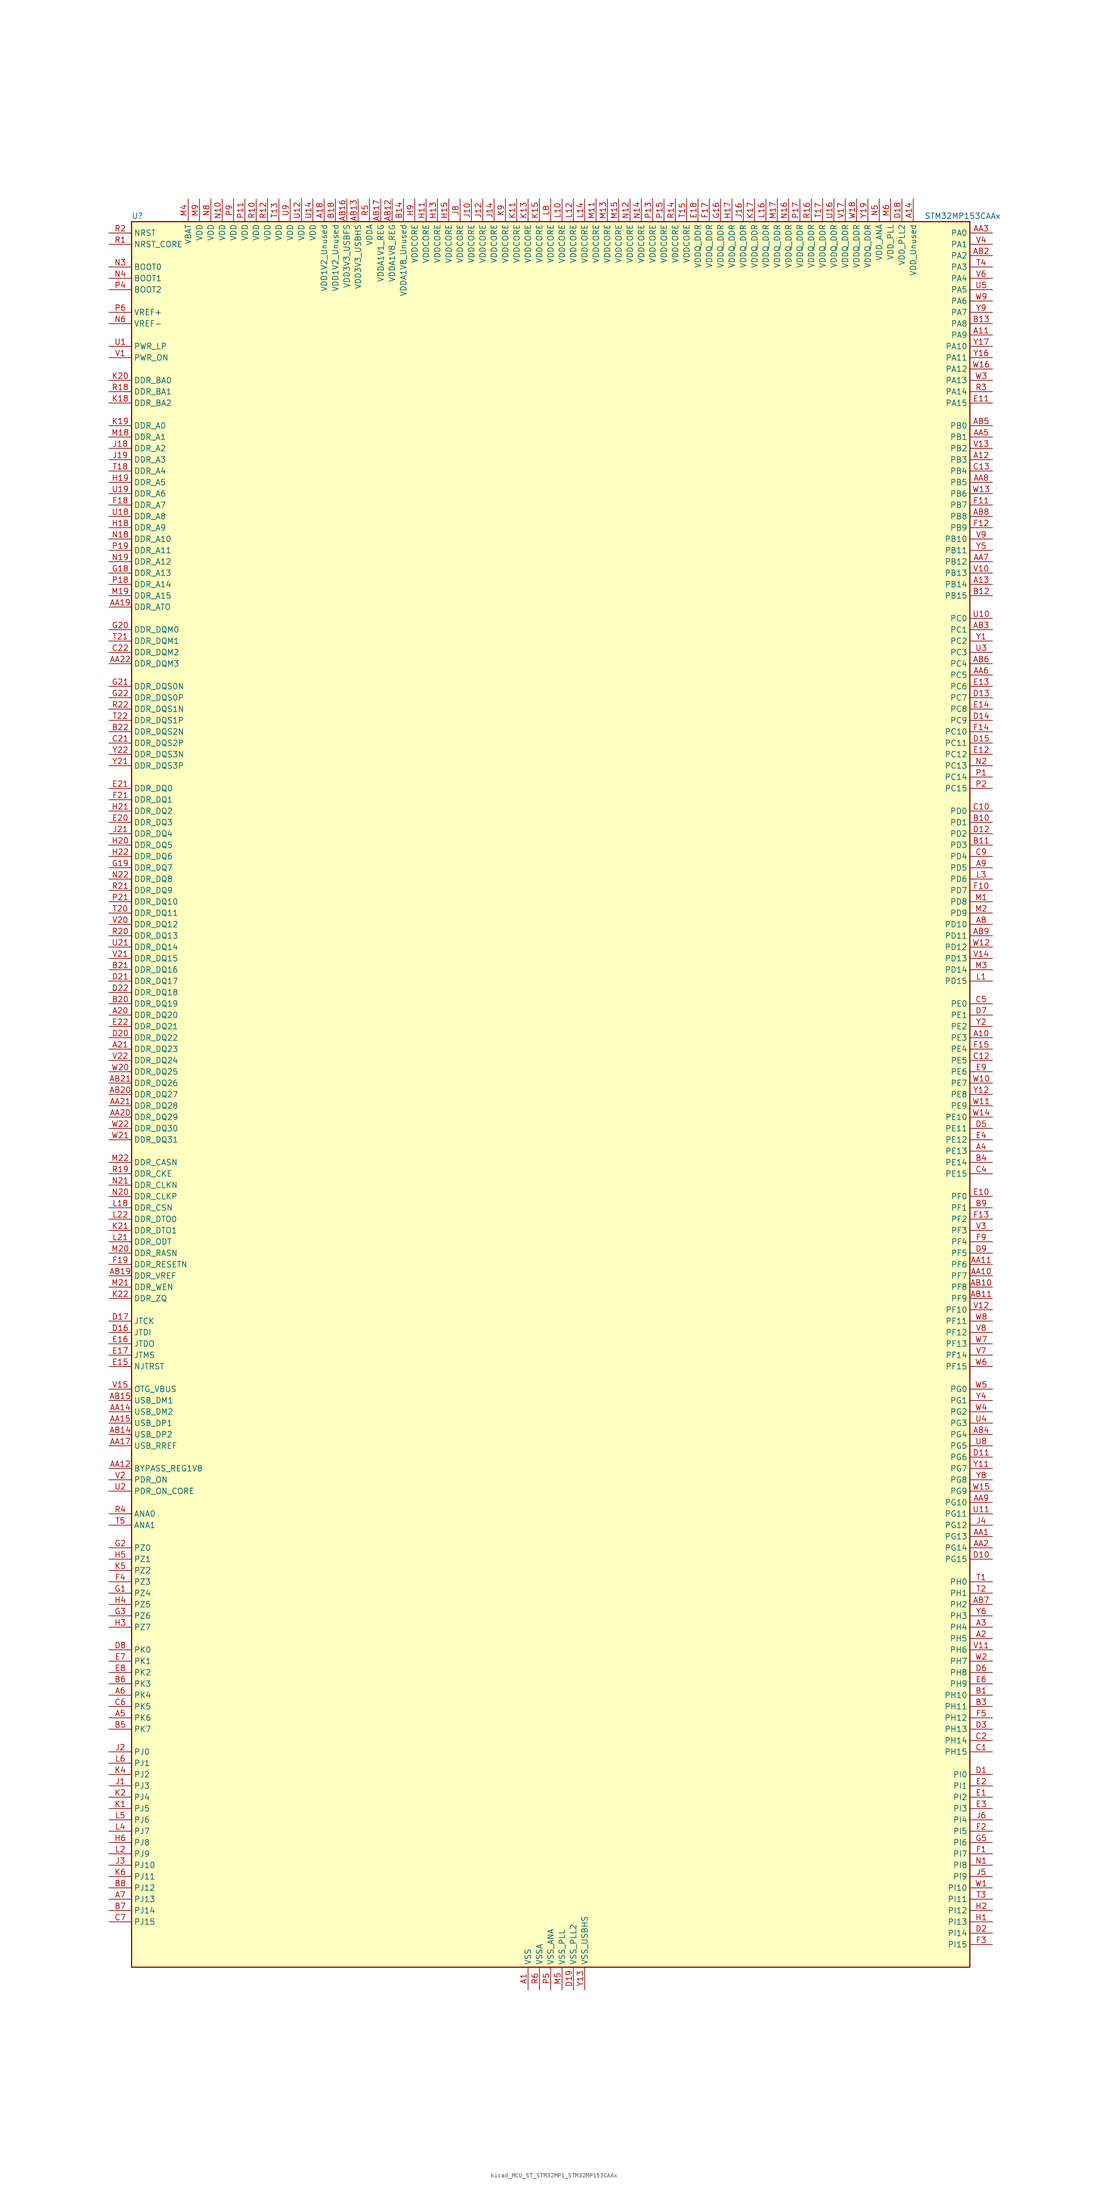
<source format=kicad_sym>
(kicad_symbol_lib
  (version 20220914)
  (generator kicad_symbol_editor)
  (symbol "kicad_MCU_ST_STM32MP1_STM32MP153CAAx"
    (property "Reference" "U"
      (at -93.98 196.85 0)
      (effects (font (size 1.27 1.27)) (justify left)))
    (property "Value" "STM32MP153CAAx"
      (at 83.82 196.85 0)
      (effects (font (size 1.27 1.27)) (justify left)))
    (property "ki_locked" ""
      (at 0 0 0)
      (effects (font (size 1.27 1.27))))
    (symbol "kicad_MCU_ST_STM32MP1_STM32MP153CAAx_0_1"
      (rectangle (start -93.98 -195.58) (end 93.98 195.58) (stroke (width 0.254) (type default)) (fill (type background))))
    (symbol "kicad_MCU_ST_STM32MP1_STM32MP153CAAx_1_1"
      (pin power_in line (at -5.08 -200.66 90) (length 5.08) (name "VSS" (effects (font (size 1.27 1.27)))) (number "A1" (effects (font (size 1.27 1.27)))))
      (pin bidirectional line (at 99.06 12.7 180) (length 5.08) (name "PE3" (effects (font (size 1.27 1.27)))) (number "A10" (effects (font (size 1.27 1.27)))) (alternate "DEBUG_TRACED0" bidirectional line) (alternate "FMC_A19" bidirectional line) (alternate "SAI1_SD_B" bidirectional line) (alternate "SDMMC2_CK" bidirectional line) (alternate "TIM15_BKIN" bidirectional line))
      (pin bidirectional line (at 99.06 170.18 180) (length 5.08) (name "PA9" (effects (font (size 1.27 1.27)))) (number "A11" (effects (font (size 1.27 1.27)))) (alternate "DAC1_EXTI9" bidirectional line) (alternate "DCMI_D0" bidirectional line) (alternate "I2C3_SMBA" bidirectional line) (alternate "I2S2_CK" bidirectional line) (alternate "LTDC_R5" bidirectional line) (alternate "SDMMC2_CDIR" bidirectional line) (alternate "SDMMC2_D5" bidirectional line) (alternate "SPI2_SCK" bidirectional line) (alternate "TIM1_CH2" bidirectional line) (alternate "USART1_TX" bidirectional line))
      (pin bidirectional line (at 99.06 142.24 180) (length 5.08) (name "PB3" (effects (font (size 1.27 1.27)))) (number "A12" (effects (font (size 1.27 1.27)))) (alternate "DEBUG_TRACED9" bidirectional line) (alternate "I2S1_CK" bidirectional line) (alternate "I2S3_CK" bidirectional line) (alternate "SAI4_CK1" bidirectional line) (alternate "SAI4_MCLK_A" bidirectional line) (alternate "SDMMC2_D2" bidirectional line) (alternate "SPI1_SCK" bidirectional line) (alternate "SPI3_SCK" bidirectional line) (alternate "SPI6_SCK" bidirectional line) (alternate "TIM2_CH2" bidirectional line) (alternate "UART7_RX" bidirectional line))
      (pin bidirectional line (at 99.06 114.3 180) (length 5.08) (name "PB14" (effects (font (size 1.27 1.27)))) (number "A13" (effects (font (size 1.27 1.27)))) (alternate "DFSDM1_DATIN2" bidirectional line) (alternate "I2S2_SDI" bidirectional line) (alternate "SDMMC2_D0" bidirectional line) (alternate "SPI2_MISO" bidirectional line) (alternate "TIM12_CH1" bidirectional line) (alternate "TIM1_CH2N" bidirectional line) (alternate "TIM8_CH2N" bidirectional line) (alternate "USART1_TX" bidirectional line) (alternate "USART3_DE" bidirectional line) (alternate "USART3_RTS" bidirectional line))
      (pin power_in line (at 81.28 200.66 270) (length 5.08) (name "VDD_Unused" (effects (font (size 1.27 1.27)))) (number "A14" (effects (font (size 1.27 1.27)))))
      (pin no_connect line (at -93.98 -195.58 0) (length 5.08) hide (name "DNU" (effects (font (size 1.27 1.27)))) (number "A15" (effects (font (size 1.27 1.27)))))
      (pin no_connect line (at -93.98 -193.04 0) (length 5.08) hide (name "DNU" (effects (font (size 1.27 1.27)))) (number "A16" (effects (font (size 1.27 1.27)))))
      (pin no_connect line (at -93.98 -190.5 0) (length 5.08) hide (name "DNU" (effects (font (size 1.27 1.27)))) (number "A17" (effects (font (size 1.27 1.27)))))
      (pin power_in line (at -50.8 200.66 270) (length 5.08) (name "VDD1V2_Unused" (effects (font (size 1.27 1.27)))) (number "A18" (effects (font (size 1.27 1.27)))))
      (pin passive line (at -5.08 -200.66 90) (length 5.08) hide (name "VSS" (effects (font (size 1.27 1.27)))) (number "A19" (effects (font (size 1.27 1.27)))))
      (pin bidirectional line (at 99.06 -121.92 180) (length 5.08) (name "PH5" (effects (font (size 1.27 1.27)))) (number "A2" (effects (font (size 1.27 1.27)))) (alternate "I2C2_SDA" bidirectional line) (alternate "SAI4_SD_B" bidirectional line) (alternate "SPI5_NSS" bidirectional line))
      (pin bidirectional line (at -99.06 17.78 0) (length 5.08) (name "DDR_DQ20" (effects (font (size 1.27 1.27)))) (number "A20" (effects (font (size 1.27 1.27)))) (alternate "DDR_DQ20" bidirectional line))
      (pin bidirectional line (at -99.06 10.16 0) (length 5.08) (name "DDR_DQ23" (effects (font (size 1.27 1.27)))) (number "A21" (effects (font (size 1.27 1.27)))) (alternate "DDR_DQ23" bidirectional line))
      (pin passive line (at -5.08 -200.66 90) (length 5.08) hide (name "VSS" (effects (font (size 1.27 1.27)))) (number "A22" (effects (font (size 1.27 1.27)))))
      (pin bidirectional line (at 99.06 -119.38 180) (length 5.08) (name "PH4" (effects (font (size 1.27 1.27)))) (number "A3" (effects (font (size 1.27 1.27)))) (alternate "I2C2_SCL" bidirectional line) (alternate "LTDC_G4" bidirectional line) (alternate "LTDC_G5" bidirectional line))
      (pin bidirectional line (at 99.06 -12.7 180) (length 5.08) (name "PE13" (effects (font (size 1.27 1.27)))) (number "A4" (effects (font (size 1.27 1.27)))) (alternate "DCMI_D6" bidirectional line) (alternate "DFSDM1_CKIN5" bidirectional line) (alternate "FMC_D10" bidirectional line) (alternate "FMC_DA10" bidirectional line) (alternate "HDP_HDP2" bidirectional line) (alternate "LTDC_DE" bidirectional line) (alternate "SAI2_FS_B" bidirectional line) (alternate "SPI4_MISO" bidirectional line) (alternate "TIM1_CH3" bidirectional line))
      (pin bidirectional line (at -99.06 -139.7 0) (length 5.08) (name "PK6" (effects (font (size 1.27 1.27)))) (number "A5" (effects (font (size 1.27 1.27)))) (alternate "DEBUG_TRACED7" bidirectional line) (alternate "HDP_HDP7" bidirectional line) (alternate "LTDC_B7" bidirectional line))
      (pin bidirectional line (at -99.06 -134.62 0) (length 5.08) (name "PK4" (effects (font (size 1.27 1.27)))) (number "A6" (effects (font (size 1.27 1.27)))) (alternate "LTDC_B5" bidirectional line))
      (pin bidirectional line (at -99.06 -180.34 0) (length 5.08) (name "PJ13" (effects (font (size 1.27 1.27)))) (number "A7" (effects (font (size 1.27 1.27)))) (alternate "LTDC_B1" bidirectional line) (alternate "LTDC_G4" bidirectional line))
      (pin bidirectional line (at 99.06 38.1 180) (length 5.08) (name "PD10" (effects (font (size 1.27 1.27)))) (number "A8" (effects (font (size 1.27 1.27)))) (alternate "DFSDM1_CKOUT" bidirectional line) (alternate "FMC_D15" bidirectional line) (alternate "FMC_DA15" bidirectional line) (alternate "I2C5_SMBA" bidirectional line) (alternate "I2S3_SDI" bidirectional line) (alternate "LTDC_B3" bidirectional line) (alternate "RTC_REFIN" bidirectional line) (alternate "SAI3_FS_B" bidirectional line) (alternate "SPI3_MISO" bidirectional line) (alternate "TIM16_BKIN" bidirectional line) (alternate "USART3_CK" bidirectional line))
      (pin bidirectional line (at 99.06 50.8 180) (length 5.08) (name "PD5" (effects (font (size 1.27 1.27)))) (number "A9" (effects (font (size 1.27 1.27)))) (alternate "FMC_NWE" bidirectional line) (alternate "SDMMC3_D2" bidirectional line) (alternate "USART2_TX" bidirectional line))
      (pin bidirectional line (at 99.06 -99.06 180) (length 5.08) (name "PG13" (effects (font (size 1.27 1.27)))) (number "AA1" (effects (font (size 1.27 1.27)))) (alternate "DEBUG_TRACED0" bidirectional line) (alternate "ETH1_TXD0" bidirectional line) (alternate "FMC_A24" bidirectional line) (alternate "LPTIM1_OUT" bidirectional line) (alternate "LTDC_R0" bidirectional line) (alternate "SAI1_CK2" bidirectional line) (alternate "SAI1_SCK_A" bidirectional line) (alternate "SAI4_CK1" bidirectional line) (alternate "SAI4_MCLK_A" bidirectional line) (alternate "SPI6_SCK" bidirectional line) (alternate "USART6_CTS" bidirectional line) (alternate "USART6_NSS" bidirectional line))
      (pin bidirectional line (at 99.06 -40.64 180) (length 5.08) (name "PF7" (effects (font (size 1.27 1.27)))) (number "AA10" (effects (font (size 1.27 1.27)))) (alternate "QUADSPI_BK1_IO2" bidirectional line) (alternate "SAI1_MCLK_B" bidirectional line) (alternate "SPI5_SCK" bidirectional line) (alternate "TIM17_CH1" bidirectional line) (alternate "UART7_TX" bidirectional line))
      (pin bidirectional line (at 99.06 -38.1 180) (length 5.08) (name "PF6" (effects (font (size 1.27 1.27)))) (number "AA11" (effects (font (size 1.27 1.27)))) (alternate "QUADSPI_BK1_IO3" bidirectional line) (alternate "SAI1_SD_B" bidirectional line) (alternate "SAI4_SCK_B" bidirectional line) (alternate "SPI5_NSS" bidirectional line) (alternate "TIM16_CH1" bidirectional line) (alternate "UART7_RX" bidirectional line))
      (pin bidirectional line (at -99.06 -83.82 0) (length 5.08) (name "BYPASS_REG1V8" (effects (font (size 1.27 1.27)))) (number "AA12" (effects (font (size 1.27 1.27)))))
      (pin passive line (at 7.62 -200.66 90) (length 5.08) hide (name "VSS_USBHS" (effects (font (size 1.27 1.27)))) (number "AA13" (effects (font (size 1.27 1.27)))))
      (pin bidirectional line (at -99.06 -71.12 0) (length 5.08) (name "USB_DM2" (effects (font (size 1.27 1.27)))) (number "AA14" (effects (font (size 1.27 1.27)))) (alternate "USBH_HS2_DM" bidirectional line) (alternate "USB_OTG_HS_DM" bidirectional line))
      (pin bidirectional line (at -99.06 -73.66 0) (length 5.08) (name "USB_DP1" (effects (font (size 1.27 1.27)))) (number "AA15" (effects (font (size 1.27 1.27)))) (alternate "USBH_HS1_DP" bidirectional line))
      (pin passive line (at 7.62 -200.66 90) (length 5.08) hide (name "VSS_USBHS" (effects (font (size 1.27 1.27)))) (number "AA16" (effects (font (size 1.27 1.27)))))
      (pin bidirectional line (at -99.06 -78.74 0) (length 5.08) (name "USB_RREF" (effects (font (size 1.27 1.27)))) (number "AA17" (effects (font (size 1.27 1.27)))))
      (pin passive line (at -5.08 -200.66 90) (length 5.08) hide (name "VSS" (effects (font (size 1.27 1.27)))) (number "AA18" (effects (font (size 1.27 1.27)))))
      (pin bidirectional line (at -99.06 109.22 0) (length 5.08) (name "DDR_ATO" (effects (font (size 1.27 1.27)))) (number "AA19" (effects (font (size 1.27 1.27)))) (alternate "DDR_ATO" bidirectional line))
      (pin bidirectional line (at 99.06 -101.6 180) (length 5.08) (name "PG14" (effects (font (size 1.27 1.27)))) (number "AA2" (effects (font (size 1.27 1.27)))) (alternate "DEBUG_TRACED1" bidirectional line) (alternate "ETH1_TXD1" bidirectional line) (alternate "FMC_A25" bidirectional line) (alternate "LPTIM1_ETR" bidirectional line) (alternate "LTDC_B0" bidirectional line) (alternate "QUADSPI_BK2_IO3" bidirectional line) (alternate "SAI4_D1" bidirectional line) (alternate "SAI4_SD_A" bidirectional line) (alternate "SPI6_MOSI" bidirectional line) (alternate "USART6_TX" bidirectional line))
      (pin bidirectional line (at -99.06 -5.08 0) (length 5.08) (name "DDR_DQ29" (effects (font (size 1.27 1.27)))) (number "AA20" (effects (font (size 1.27 1.27)))) (alternate "DDR_DQ29" bidirectional line))
      (pin bidirectional line (at -99.06 -2.54 0) (length 5.08) (name "DDR_DQ28" (effects (font (size 1.27 1.27)))) (number "AA21" (effects (font (size 1.27 1.27)))) (alternate "DDR_DQ28" bidirectional line))
      (pin bidirectional line (at -99.06 96.52 0) (length 5.08) (name "DDR_DQM3" (effects (font (size 1.27 1.27)))) (number "AA22" (effects (font (size 1.27 1.27)))) (alternate "DDR_DQM3" bidirectional line))
      (pin bidirectional line (at 99.06 193.04 180) (length 5.08) (name "PA0" (effects (font (size 1.27 1.27)))) (number "AA3" (effects (font (size 1.27 1.27)))) (alternate "ADC1_INP16" bidirectional line) (alternate "ETH1_CRS" bidirectional line) (alternate "PWR_WKUP1" bidirectional line) (alternate "SAI2_SD_B" bidirectional line) (alternate "SDMMC2_CMD" bidirectional line) (alternate "TIM15_BKIN" bidirectional line) (alternate "TIM2_CH1" bidirectional line) (alternate "TIM2_ETR" bidirectional line) (alternate "TIM5_CH1" bidirectional line) (alternate "TIM8_ETR" bidirectional line) (alternate "UART4_TX" bidirectional line) (alternate "USART2_CTS" bidirectional line) (alternate "USART2_NSS" bidirectional line))
      (pin passive line (at -5.08 -200.66 90) (length 5.08) hide (name "VSS" (effects (font (size 1.27 1.27)))) (number "AA4" (effects (font (size 1.27 1.27)))))
      (pin bidirectional line (at 99.06 147.32 180) (length 5.08) (name "PB1" (effects (font (size 1.27 1.27)))) (number "AA5" (effects (font (size 1.27 1.27)))) (alternate "ADC1_INP5" bidirectional line) (alternate "ADC2_INP5" bidirectional line) (alternate "DFSDM1_DATIN1" bidirectional line) (alternate "ETH1_RXD3" bidirectional line) (alternate "LTDC_G0" bidirectional line) (alternate "LTDC_R6" bidirectional line) (alternate "TIM1_CH3N" bidirectional line) (alternate "TIM3_CH4" bidirectional line) (alternate "TIM8_CH3N" bidirectional line))
      (pin bidirectional line (at 99.06 93.98 180) (length 5.08) (name "PC5" (effects (font (size 1.27 1.27)))) (number "AA6" (effects (font (size 1.27 1.27)))) (alternate "ADC1_INN4" bidirectional line) (alternate "ADC1_INP8" bidirectional line) (alternate "ADC2_INN4" bidirectional line) (alternate "ADC2_INP8" bidirectional line) (alternate "DFSDM1_DATIN2" bidirectional line) (alternate "ETH1_RXD1" bidirectional line) (alternate "SAI1_D3" bidirectional line) (alternate "SAI1_D4" bidirectional line) (alternate "SAI4_D3" bidirectional line) (alternate "SAI4_D4" bidirectional line) (alternate "SPDIFRX_IN3" bidirectional line))
      (pin bidirectional line (at 99.06 119.38 180) (length 5.08) (name "PB12" (effects (font (size 1.27 1.27)))) (number "AA7" (effects (font (size 1.27 1.27)))) (alternate "DFSDM1_DATIN1" bidirectional line) (alternate "ETH1_TXD0" bidirectional line) (alternate "FDCAN2_RX" bidirectional line) (alternate "I2C2_SMBA" bidirectional line) (alternate "I2C6_SMBA" bidirectional line) (alternate "I2S2_WS" bidirectional line) (alternate "SPI2_NSS" bidirectional line) (alternate "TIM1_BKIN" bidirectional line) (alternate "UART5_RX" bidirectional line) (alternate "USART3_CK" bidirectional line) (alternate "USART3_RX" bidirectional line))
      (pin bidirectional line (at 99.06 137.16 180) (length 5.08) (name "PB5" (effects (font (size 1.27 1.27)))) (number "AA8" (effects (font (size 1.27 1.27)))) (alternate "DCMI_D10" bidirectional line) (alternate "ETH1_CLK" bidirectional line) (alternate "ETH1_PPS_OUT" bidirectional line) (alternate "FDCAN2_RX" bidirectional line) (alternate "I2C1_SMBA" bidirectional line) (alternate "I2C4_SMBA" bidirectional line) (alternate "I2S1_SDO" bidirectional line) (alternate "I2S3_SDO" bidirectional line) (alternate "LTDC_G7" bidirectional line) (alternate "SAI4_D1" bidirectional line) (alternate "SAI4_SD_A" bidirectional line) (alternate "SPI1_MOSI" bidirectional line) (alternate "SPI3_MOSI" bidirectional line) (alternate "SPI6_MOSI" bidirectional line) (alternate "TIM17_BKIN" bidirectional line) (alternate "TIM3_CH2" bidirectional line) (alternate "UART5_RX" bidirectional line))
      (pin bidirectional line (at 99.06 -91.44 180) (length 5.08) (name "PG10" (effects (font (size 1.27 1.27)))) (number "AA9" (effects (font (size 1.27 1.27)))) (alternate "DCMI_D2" bidirectional line) (alternate "DEBUG_TRACED10" bidirectional line) (alternate "FMC_NE3" bidirectional line) (alternate "LTDC_B2" bidirectional line) (alternate "LTDC_G3" bidirectional line) (alternate "QUADSPI_BK2_IO2" bidirectional line) (alternate "SAI2_SD_B" bidirectional line) (alternate "UART8_CTS" bidirectional line))
      (pin passive line (at -5.08 -200.66 90) (length 5.08) hide (name "VSS" (effects (font (size 1.27 1.27)))) (number "AB1" (effects (font (size 1.27 1.27)))))
      (pin bidirectional line (at 99.06 -43.18 180) (length 5.08) (name "PF8" (effects (font (size 1.27 1.27)))) (number "AB10" (effects (font (size 1.27 1.27)))) (alternate "DEBUG_TRACED12" bidirectional line) (alternate "QUADSPI_BK1_IO0" bidirectional line) (alternate "SAI1_SCK_B" bidirectional line) (alternate "SPI5_MISO" bidirectional line) (alternate "TIM13_CH1" bidirectional line) (alternate "TIM16_CH1N" bidirectional line) (alternate "UART7_DE" bidirectional line) (alternate "UART7_RTS" bidirectional line))
      (pin bidirectional line (at 99.06 -45.72 180) (length 5.08) (name "PF9" (effects (font (size 1.27 1.27)))) (number "AB11" (effects (font (size 1.27 1.27)))) (alternate "DAC1_EXTI9" bidirectional line) (alternate "DEBUG_TRACED13" bidirectional line) (alternate "QUADSPI_BK1_IO1" bidirectional line) (alternate "SAI1_FS_B" bidirectional line) (alternate "SPI5_MOSI" bidirectional line) (alternate "TIM14_CH1" bidirectional line) (alternate "TIM17_CH1N" bidirectional line) (alternate "UART7_CTS" bidirectional line))
      (pin power_in line (at -35.56 200.66 270) (length 5.08) (name "VDDA1V8_REG" (effects (font (size 1.27 1.27)))) (number "AB12" (effects (font (size 1.27 1.27)))))
      (pin power_in line (at -43.18 200.66 270) (length 5.08) (name "VDD3V3_USBHS" (effects (font (size 1.27 1.27)))) (number "AB13" (effects (font (size 1.27 1.27)))))
      (pin bidirectional line (at -99.06 -76.2 0) (length 5.08) (name "USB_DP2" (effects (font (size 1.27 1.27)))) (number "AB14" (effects (font (size 1.27 1.27)))) (alternate "USBH_HS2_DP" bidirectional line) (alternate "USB_OTG_HS_DP" bidirectional line))
      (pin bidirectional line (at -99.06 -68.58 0) (length 5.08) (name "USB_DM1" (effects (font (size 1.27 1.27)))) (number "AB15" (effects (font (size 1.27 1.27)))) (alternate "USBH_HS1_DM" bidirectional line))
      (pin power_in line (at -45.72 200.66 270) (length 5.08) (name "VDD3V3_USBFS" (effects (font (size 1.27 1.27)))) (number "AB16" (effects (font (size 1.27 1.27)))))
      (pin power_in line (at -38.1 200.66 270) (length 5.08) (name "VDDA1V1_REG" (effects (font (size 1.27 1.27)))) (number "AB17" (effects (font (size 1.27 1.27)))))
      (pin passive line (at -5.08 -200.66 90) (length 5.08) hide (name "VSS" (effects (font (size 1.27 1.27)))) (number "AB18" (effects (font (size 1.27 1.27)))))
      (pin bidirectional line (at -99.06 -40.64 0) (length 5.08) (name "DDR_VREF" (effects (font (size 1.27 1.27)))) (number "AB19" (effects (font (size 1.27 1.27)))) (alternate "DDR_VREF" bidirectional line))
      (pin bidirectional line (at 99.06 187.96 180) (length 5.08) (name "PA2" (effects (font (size 1.27 1.27)))) (number "AB2" (effects (font (size 1.27 1.27)))) (alternate "ADC1_INP14" bidirectional line) (alternate "ETH1_MDIO" bidirectional line) (alternate "LPTIM4_OUT" bidirectional line) (alternate "LTDC_R1" bidirectional line) (alternate "PWR_WKUP2" bidirectional line) (alternate "SAI2_SCK_B" bidirectional line) (alternate "SDMMC2_D0DIR" bidirectional line) (alternate "TIM15_CH1" bidirectional line) (alternate "TIM2_CH3" bidirectional line) (alternate "TIM5_CH3" bidirectional line) (alternate "USART2_TX" bidirectional line))
      (pin bidirectional line (at -99.06 0 0) (length 5.08) (name "DDR_DQ27" (effects (font (size 1.27 1.27)))) (number "AB20" (effects (font (size 1.27 1.27)))) (alternate "DDR_DQ27" bidirectional line))
      (pin bidirectional line (at -99.06 2.54 0) (length 5.08) (name "DDR_DQ26" (effects (font (size 1.27 1.27)))) (number "AB21" (effects (font (size 1.27 1.27)))) (alternate "DDR_DQ26" bidirectional line))
      (pin passive line (at -5.08 -200.66 90) (length 5.08) hide (name "VSS" (effects (font (size 1.27 1.27)))) (number "AB22" (effects (font (size 1.27 1.27)))))
      (pin bidirectional line (at 99.06 104.14 180) (length 5.08) (name "PC1" (effects (font (size 1.27 1.27)))) (number "AB3" (effects (font (size 1.27 1.27)))) (alternate "ADC1_INN10" bidirectional line) (alternate "ADC1_INP11" bidirectional line) (alternate "ADC2_INN10" bidirectional line) (alternate "ADC2_INP11" bidirectional line) (alternate "DEBUG_TRACED0" bidirectional line) (alternate "DFSDM1_CKIN4" bidirectional line) (alternate "DFSDM1_DATIN0" bidirectional line) (alternate "ETH1_MDC" bidirectional line) (alternate "I2S2_SDO" bidirectional line) (alternate "PWR_WKUP6" bidirectional line) (alternate "SAI1_D1" bidirectional line) (alternate "SAI1_SD_A" bidirectional line) (alternate "SDMMC2_CK" bidirectional line) (alternate "SPI2_MOSI" bidirectional line) (alternate "TAMP_IN3" bidirectional line))
      (pin bidirectional line (at 99.06 -76.2 180) (length 5.08) (name "PG4" (effects (font (size 1.27 1.27)))) (number "AB4" (effects (font (size 1.27 1.27)))) (alternate "ETH1_GTX_CLK" bidirectional line) (alternate "FMC_A14" bidirectional line) (alternate "TIM1_BKIN2" bidirectional line))
      (pin bidirectional line (at 99.06 149.86 180) (length 5.08) (name "PB0" (effects (font (size 1.27 1.27)))) (number "AB5" (effects (font (size 1.27 1.27)))) (alternate "ADC1_INN5" bidirectional line) (alternate "ADC1_INP9" bidirectional line) (alternate "ADC2_INN5" bidirectional line) (alternate "ADC2_INP9" bidirectional line) (alternate "DFSDM1_CKOUT" bidirectional line) (alternate "ETH1_RXD2" bidirectional line) (alternate "LTDC_G1" bidirectional line) (alternate "LTDC_R3" bidirectional line) (alternate "TIM1_CH2N" bidirectional line) (alternate "TIM3_CH3" bidirectional line) (alternate "TIM8_CH2N" bidirectional line) (alternate "UART4_CTS" bidirectional line))
      (pin bidirectional line (at 99.06 96.52 180) (length 5.08) (name "PC4" (effects (font (size 1.27 1.27)))) (number "AB6" (effects (font (size 1.27 1.27)))) (alternate "ADC1_INP4" bidirectional line) (alternate "ADC2_INP4" bidirectional line) (alternate "DFSDM1_CKIN2" bidirectional line) (alternate "ETH1_RXD0" bidirectional line) (alternate "I2S1_MCK" bidirectional line) (alternate "SPDIFRX_IN2" bidirectional line))
      (pin bidirectional line (at 99.06 -114.3 180) (length 5.08) (name "PH2" (effects (font (size 1.27 1.27)))) (number "AB7" (effects (font (size 1.27 1.27)))) (alternate "ETH1_CRS" bidirectional line) (alternate "LPTIM1_IN2" bidirectional line) (alternate "LTDC_R0" bidirectional line) (alternate "QUADSPI_BK2_IO0" bidirectional line) (alternate "SAI2_SCK_B" bidirectional line))
      (pin bidirectional line (at 99.06 129.54 180) (length 5.08) (name "PB8" (effects (font (size 1.27 1.27)))) (number "AB8" (effects (font (size 1.27 1.27)))) (alternate "DCMI_D6" bidirectional line) (alternate "DFSDM1_CKIN7" bidirectional line) (alternate "ETH1_TXD3" bidirectional line) (alternate "FDCAN1_RX" bidirectional line) (alternate "HDP_HDP6" bidirectional line) (alternate "I2C1_SCL" bidirectional line) (alternate "I2C4_SCL" bidirectional line) (alternate "LTDC_B6" bidirectional line) (alternate "SDMMC1_CKIN" bidirectional line) (alternate "SDMMC1_D4" bidirectional line) (alternate "SDMMC2_CKIN" bidirectional line) (alternate "SDMMC2_D4" bidirectional line) (alternate "TIM16_CH1" bidirectional line) (alternate "TIM4_CH3" bidirectional line) (alternate "UART4_RX" bidirectional line))
      (pin bidirectional line (at 99.06 35.56 180) (length 5.08) (name "PD11" (effects (font (size 1.27 1.27)))) (number "AB9" (effects (font (size 1.27 1.27)))) (alternate "ADC1_EXTI11" bidirectional line) (alternate "ADC2_EXTI11" bidirectional line) (alternate "FMC_A16" bidirectional line) (alternate "FMC_CLE" bidirectional line) (alternate "I2C1_SMBA" bidirectional line) (alternate "I2C4_SMBA" bidirectional line) (alternate "LPTIM2_IN2" bidirectional line) (alternate "QUADSPI_BK1_IO0" bidirectional line) (alternate "SAI2_SD_A" bidirectional line) (alternate "USART3_CTS" bidirectional line) (alternate "USART3_NSS" bidirectional line))
      (pin bidirectional line (at 99.06 -134.62 180) (length 5.08) (name "PH10" (effects (font (size 1.27 1.27)))) (number "B1" (effects (font (size 1.27 1.27)))) (alternate "DCMI_D1" bidirectional line) (alternate "I2C1_SMBA" bidirectional line) (alternate "I2C4_SMBA" bidirectional line) (alternate "LTDC_R4" bidirectional line) (alternate "TIM5_CH1" bidirectional line))
      (pin bidirectional line (at 99.06 60.96 180) (length 5.08) (name "PD1" (effects (font (size 1.27 1.27)))) (number "B10" (effects (font (size 1.27 1.27)))) (alternate "DFSDM1_CKIN7" bidirectional line) (alternate "DFSDM1_DATIN6" bidirectional line) (alternate "FDCAN1_TX" bidirectional line) (alternate "FMC_D3" bidirectional line) (alternate "FMC_DA3" bidirectional line) (alternate "I2C5_SCL" bidirectional line) (alternate "I2C6_SCL" bidirectional line) (alternate "SAI3_SD_A" bidirectional line) (alternate "SDMMC3_D0" bidirectional line) (alternate "UART4_TX" bidirectional line))
      (pin bidirectional line (at 99.06 55.88 180) (length 5.08) (name "PD3" (effects (font (size 1.27 1.27)))) (number "B11" (effects (font (size 1.27 1.27)))) (alternate "DCMI_D5" bidirectional line) (alternate "DFSDM1_CKOUT" bidirectional line) (alternate "DFSDM1_DATIN0" bidirectional line) (alternate "FMC_CLK" bidirectional line) (alternate "HDP_HDP5" bidirectional line) (alternate "I2S2_CK" bidirectional line) (alternate "LTDC_G7" bidirectional line) (alternate "SDMMC1_D123DIR" bidirectional line) (alternate "SDMMC1_D7" bidirectional line) (alternate "SDMMC2_D123DIR" bidirectional line) (alternate "SDMMC2_D7" bidirectional line) (alternate "SPI2_SCK" bidirectional line) (alternate "USART2_CTS" bidirectional line) (alternate "USART2_NSS" bidirectional line))
      (pin bidirectional line (at 99.06 111.76 180) (length 5.08) (name "PB15" (effects (font (size 1.27 1.27)))) (number "B12" (effects (font (size 1.27 1.27)))) (alternate "ADC1_EXTI15" bidirectional line) (alternate "ADC2_EXTI15" bidirectional line) (alternate "DFSDM1_CKIN2" bidirectional line) (alternate "I2S2_SDO" bidirectional line) (alternate "RTC_REFIN" bidirectional line) (alternate "SDMMC2_D1" bidirectional line) (alternate "SPI2_MOSI" bidirectional line) (alternate "TIM12_CH2" bidirectional line) (alternate "TIM1_CH3N" bidirectional line) (alternate "TIM8_CH3N" bidirectional line) (alternate "USART1_RX" bidirectional line))
      (pin bidirectional line (at 99.06 172.72 180) (length 5.08) (name "PA8" (effects (font (size 1.27 1.27)))) (number "B13" (effects (font (size 1.27 1.27)))) (alternate "I2C3_SCL" bidirectional line) (alternate "I2S3_SDO" bidirectional line) (alternate "LTDC_R6" bidirectional line) (alternate "RCC_MCO_1" bidirectional line) (alternate "SAI4_SD_B" bidirectional line) (alternate "SDMMC2_CKIN" bidirectional line) (alternate "SDMMC2_D4" bidirectional line) (alternate "SPI3_MOSI" bidirectional line) (alternate "TIM1_CH1" bidirectional line) (alternate "TIM8_BKIN2" bidirectional line) (alternate "UART7_RX" bidirectional line) (alternate "USART1_CK" bidirectional line) (alternate "USB_OTG_HS_SOF" bidirectional line))
      (pin power_in line (at -33.02 200.66 270) (length 5.08) (name "VDDA1V8_Unused" (effects (font (size 1.27 1.27)))) (number "B14" (effects (font (size 1.27 1.27)))))
      (pin no_connect line (at -93.98 -187.96 0) (length 5.08) hide (name "DNU" (effects (font (size 1.27 1.27)))) (number "B15" (effects (font (size 1.27 1.27)))))
      (pin no_connect line (at -93.98 -185.42 0) (length 5.08) hide (name "DNU" (effects (font (size 1.27 1.27)))) (number "B16" (effects (font (size 1.27 1.27)))))
      (pin no_connect line (at -93.98 -182.88 0) (length 5.08) hide (name "DNU" (effects (font (size 1.27 1.27)))) (number "B17" (effects (font (size 1.27 1.27)))))
      (pin power_in line (at -48.26 200.66 270) (length 5.08) (name "VDD1V2_Unused" (effects (font (size 1.27 1.27)))) (number "B18" (effects (font (size 1.27 1.27)))))
      (pin passive line (at -5.08 -200.66 90) (length 5.08) hide (name "VSS" (effects (font (size 1.27 1.27)))) (number "B19" (effects (font (size 1.27 1.27)))))
      (pin passive line (at -5.08 -200.66 90) (length 5.08) hide (name "VSS" (effects (font (size 1.27 1.27)))) (number "B2" (effects (font (size 1.27 1.27)))))
      (pin bidirectional line (at -99.06 20.32 0) (length 5.08) (name "DDR_DQ19" (effects (font (size 1.27 1.27)))) (number "B20" (effects (font (size 1.27 1.27)))) (alternate "DDR_DQ19" bidirectional line))
      (pin bidirectional line (at -99.06 27.94 0) (length 5.08) (name "DDR_DQ16" (effects (font (size 1.27 1.27)))) (number "B21" (effects (font (size 1.27 1.27)))) (alternate "DDR_DQ16" bidirectional line))
      (pin bidirectional line (at -99.06 81.28 0) (length 5.08) (name "DDR_DQS2N" (effects (font (size 1.27 1.27)))) (number "B22" (effects (font (size 1.27 1.27)))) (alternate "DDR_DQS2N" bidirectional line))
      (pin bidirectional line (at 99.06 -137.16 180) (length 5.08) (name "PH11" (effects (font (size 1.27 1.27)))) (number "B3" (effects (font (size 1.27 1.27)))) (alternate "ADC1_EXTI11" bidirectional line) (alternate "ADC2_EXTI11" bidirectional line) (alternate "DCMI_D2" bidirectional line) (alternate "I2C1_SCL" bidirectional line) (alternate "I2C4_SCL" bidirectional line) (alternate "LTDC_R5" bidirectional line) (alternate "TIM5_CH2" bidirectional line))
      (pin bidirectional line (at 99.06 -15.24 180) (length 5.08) (name "PE14" (effects (font (size 1.27 1.27)))) (number "B4" (effects (font (size 1.27 1.27)))) (alternate "FMC_D11" bidirectional line) (alternate "FMC_DA11" bidirectional line) (alternate "LTDC_CLK" bidirectional line) (alternate "LTDC_G0" bidirectional line) (alternate "SAI2_MCLK_B" bidirectional line) (alternate "SDMMC1_D123DIR" bidirectional line) (alternate "SPI4_MOSI" bidirectional line) (alternate "TIM1_CH4" bidirectional line) (alternate "UART8_DE" bidirectional line) (alternate "UART8_RTS" bidirectional line))
      (pin bidirectional line (at -99.06 -142.24 0) (length 5.08) (name "PK7" (effects (font (size 1.27 1.27)))) (number "B5" (effects (font (size 1.27 1.27)))) (alternate "LTDC_DE" bidirectional line))
      (pin bidirectional line (at -99.06 -132.08 0) (length 5.08) (name "PK3" (effects (font (size 1.27 1.27)))) (number "B6" (effects (font (size 1.27 1.27)))) (alternate "LTDC_B4" bidirectional line))
      (pin bidirectional line (at -99.06 -182.88 0) (length 5.08) (name "PJ14" (effects (font (size 1.27 1.27)))) (number "B7" (effects (font (size 1.27 1.27)))) (alternate "LTDC_B2" bidirectional line))
      (pin bidirectional line (at -99.06 -177.8 0) (length 5.08) (name "PJ12" (effects (font (size 1.27 1.27)))) (number "B8" (effects (font (size 1.27 1.27)))) (alternate "LTDC_B0" bidirectional line) (alternate "LTDC_G3" bidirectional line))
      (pin bidirectional line (at 99.06 -25.4 180) (length 5.08) (name "PF1" (effects (font (size 1.27 1.27)))) (number "B9" (effects (font (size 1.27 1.27)))) (alternate "FMC_A1" bidirectional line) (alternate "I2C2_SCL" bidirectional line) (alternate "SDMMC3_CDIR" bidirectional line) (alternate "SDMMC3_CMD" bidirectional line))
      (pin bidirectional line (at 99.06 -147.32 180) (length 5.08) (name "PH15" (effects (font (size 1.27 1.27)))) (number "C1" (effects (font (size 1.27 1.27)))) (alternate "ADC1_EXTI15" bidirectional line) (alternate "ADC2_EXTI15" bidirectional line) (alternate "DCMI_D11" bidirectional line) (alternate "LTDC_G4" bidirectional line) (alternate "TIM8_CH3N" bidirectional line))
      (pin bidirectional line (at 99.06 63.5 180) (length 5.08) (name "PD0" (effects (font (size 1.27 1.27)))) (number "C10" (effects (font (size 1.27 1.27)))) (alternate "DFSDM1_CKIN6" bidirectional line) (alternate "DFSDM1_DATIN7" bidirectional line) (alternate "FDCAN1_RX" bidirectional line) (alternate "FMC_D2" bidirectional line) (alternate "FMC_DA2" bidirectional line) (alternate "I2C5_SDA" bidirectional line) (alternate "I2C6_SDA" bidirectional line) (alternate "SAI3_SCK_A" bidirectional line) (alternate "SDMMC3_CMD" bidirectional line) (alternate "UART4_RX" bidirectional line))
      (pin passive line (at -5.08 -200.66 90) (length 5.08) hide (name "VSS" (effects (font (size 1.27 1.27)))) (number "C11" (effects (font (size 1.27 1.27)))))
      (pin bidirectional line (at 99.06 7.62 180) (length 5.08) (name "PE5" (effects (font (size 1.27 1.27)))) (number "C12" (effects (font (size 1.27 1.27)))) (alternate "DCMI_D6" bidirectional line) (alternate "DEBUG_TRACED3" bidirectional line) (alternate "DFSDM1_CKIN3" bidirectional line) (alternate "FMC_A21" bidirectional line) (alternate "LTDC_G0" bidirectional line) (alternate "SAI1_CK2" bidirectional line) (alternate "SAI1_SCK_A" bidirectional line) (alternate "SDMMC1_D0DIR" bidirectional line) (alternate "SDMMC1_D6" bidirectional line) (alternate "SDMMC2_D0DIR" bidirectional line) (alternate "SDMMC2_D6" bidirectional line) (alternate "SPI4_MISO" bidirectional line) (alternate "TIM15_CH1" bidirectional line))
      (pin bidirectional line (at 99.06 139.7 180) (length 5.08) (name "PB4" (effects (font (size 1.27 1.27)))) (number "C13" (effects (font (size 1.27 1.27)))) (alternate "DEBUG_TRACED8" bidirectional line) (alternate "I2S1_SDI" bidirectional line) (alternate "I2S2_WS" bidirectional line) (alternate "I2S3_SDI" bidirectional line) (alternate "SAI4_CK2" bidirectional line) (alternate "SAI4_SCK_A" bidirectional line) (alternate "SDMMC2_D3" bidirectional line) (alternate "SPI1_MISO" bidirectional line) (alternate "SPI2_NSS" bidirectional line) (alternate "SPI3_MISO" bidirectional line) (alternate "SPI6_MISO" bidirectional line) (alternate "TIM16_BKIN" bidirectional line) (alternate "TIM3_CH1" bidirectional line) (alternate "UART7_TX" bidirectional line))
      (pin passive line (at -5.08 -200.66 90) (length 5.08) hide (name "VSS" (effects (font (size 1.27 1.27)))) (number "C14" (effects (font (size 1.27 1.27)))))
      (pin passive line (at -5.08 -200.66 90) (length 5.08) hide (name "VSS" (effects (font (size 1.27 1.27)))) (number "C15" (effects (font (size 1.27 1.27)))))
      (pin passive line (at -5.08 -200.66 90) (length 5.08) hide (name "VSS" (effects (font (size 1.27 1.27)))) (number "C16" (effects (font (size 1.27 1.27)))))
      (pin passive line (at -5.08 -200.66 90) (length 5.08) hide (name "VSS" (effects (font (size 1.27 1.27)))) (number "C17" (effects (font (size 1.27 1.27)))))
      (pin passive line (at -5.08 -200.66 90) (length 5.08) hide (name "VSS" (effects (font (size 1.27 1.27)))) (number "C18" (effects (font (size 1.27 1.27)))))
      (pin passive line (at -5.08 -200.66 90) (length 5.08) hide (name "VSS" (effects (font (size 1.27 1.27)))) (number "C19" (effects (font (size 1.27 1.27)))))
      (pin bidirectional line (at 99.06 -144.78 180) (length 5.08) (name "PH14" (effects (font (size 1.27 1.27)))) (number "C2" (effects (font (size 1.27 1.27)))) (alternate "DCMI_D4" bidirectional line) (alternate "FDCAN1_RX" bidirectional line) (alternate "LTDC_G3" bidirectional line) (alternate "TIM8_CH2N" bidirectional line) (alternate "UART4_RX" bidirectional line))
      (pin passive line (at -5.08 -200.66 90) (length 5.08) hide (name "VSS" (effects (font (size 1.27 1.27)))) (number "C20" (effects (font (size 1.27 1.27)))))
      (pin bidirectional line (at -99.06 78.74 0) (length 5.08) (name "DDR_DQS2P" (effects (font (size 1.27 1.27)))) (number "C21" (effects (font (size 1.27 1.27)))) (alternate "DDR_DQS2P" bidirectional line))
      (pin bidirectional line (at -99.06 99.06 0) (length 5.08) (name "DDR_DQM2" (effects (font (size 1.27 1.27)))) (number "C22" (effects (font (size 1.27 1.27)))) (alternate "DDR_DQM2" bidirectional line))
      (pin passive line (at -5.08 -200.66 90) (length 5.08) hide (name "VSS" (effects (font (size 1.27 1.27)))) (number "C3" (effects (font (size 1.27 1.27)))))
      (pin bidirectional line (at 99.06 -17.78 180) (length 5.08) (name "PE15" (effects (font (size 1.27 1.27)))) (number "C4" (effects (font (size 1.27 1.27)))) (alternate "ADC1_EXTI15" bidirectional line) (alternate "ADC2_EXTI15" bidirectional line) (alternate "FMC_D12" bidirectional line) (alternate "FMC_DA12" bidirectional line) (alternate "FMC_NCE2" bidirectional line) (alternate "HDP_HDP3" bidirectional line) (alternate "LTDC_R7" bidirectional line) (alternate "TIM15_BKIN" bidirectional line) (alternate "TIM1_BKIN" bidirectional line) (alternate "UART8_CTS" bidirectional line) (alternate "USART2_CTS" bidirectional line) (alternate "USART2_NSS" bidirectional line))
      (pin bidirectional line (at 99.06 20.32 180) (length 5.08) (name "PE0" (effects (font (size 1.27 1.27)))) (number "C5" (effects (font (size 1.27 1.27)))) (alternate "DCMI_D2" bidirectional line) (alternate "FMC_NBL0" bidirectional line) (alternate "I2S3_CK" bidirectional line) (alternate "LPTIM1_ETR" bidirectional line) (alternate "LPTIM2_ETR" bidirectional line) (alternate "SAI2_MCLK_A" bidirectional line) (alternate "SAI4_MCLK_B" bidirectional line) (alternate "SPI3_SCK" bidirectional line) (alternate "TIM4_ETR" bidirectional line) (alternate "UART8_RX" bidirectional line))
      (pin bidirectional line (at -99.06 -137.16 0) (length 5.08) (name "PK5" (effects (font (size 1.27 1.27)))) (number "C6" (effects (font (size 1.27 1.27)))) (alternate "DEBUG_TRACED6" bidirectional line) (alternate "HDP_HDP6" bidirectional line) (alternate "LTDC_B6" bidirectional line))
      (pin bidirectional line (at -99.06 -185.42 0) (length 5.08) (name "PJ15" (effects (font (size 1.27 1.27)))) (number "C7" (effects (font (size 1.27 1.27)))) (alternate "ADC1_EXTI15" bidirectional line) (alternate "ADC2_EXTI15" bidirectional line) (alternate "LTDC_B3" bidirectional line))
      (pin passive line (at -5.08 -200.66 90) (length 5.08) hide (name "VSS" (effects (font (size 1.27 1.27)))) (number "C8" (effects (font (size 1.27 1.27)))))
      (pin bidirectional line (at 99.06 53.34 180) (length 5.08) (name "PD4" (effects (font (size 1.27 1.27)))) (number "C9" (effects (font (size 1.27 1.27)))) (alternate "DFSDM1_CKIN0" bidirectional line) (alternate "FMC_NOE" bidirectional line) (alternate "SAI3_FS_A" bidirectional line) (alternate "SDMMC3_D1" bidirectional line) (alternate "USART2_DE" bidirectional line) (alternate "USART2_RTS" bidirectional line))
      (pin bidirectional line (at 99.06 -152.4 180) (length 5.08) (name "PI0" (effects (font (size 1.27 1.27)))) (number "D1" (effects (font (size 1.27 1.27)))) (alternate "DCMI_D13" bidirectional line) (alternate "I2S2_WS" bidirectional line) (alternate "LTDC_G5" bidirectional line) (alternate "SPI2_NSS" bidirectional line) (alternate "TIM5_CH4" bidirectional line))
      (pin bidirectional line (at 99.06 -104.14 180) (length 5.08) (name "PG15" (effects (font (size 1.27 1.27)))) (number "D10" (effects (font (size 1.27 1.27)))) (alternate "ADC1_EXTI15" bidirectional line) (alternate "ADC2_EXTI15" bidirectional line) (alternate "DCMI_D13" bidirectional line) (alternate "DEBUG_TRACED7" bidirectional line) (alternate "I2C2_SDA" bidirectional line) (alternate "SAI1_D2" bidirectional line) (alternate "SAI1_FS_A" bidirectional line) (alternate "SDMMC3_CK" bidirectional line) (alternate "USART6_CTS" bidirectional line) (alternate "USART6_NSS" bidirectional line))
      (pin bidirectional line (at 99.06 -81.28 180) (length 5.08) (name "PG6" (effects (font (size 1.27 1.27)))) (number "D11" (effects (font (size 1.27 1.27)))) (alternate "DCMI_D12" bidirectional line) (alternate "DEBUG_TRACED14" bidirectional line) (alternate "LTDC_R7" bidirectional line) (alternate "SDMMC2_CMD" bidirectional line) (alternate "TIM17_BKIN" bidirectional line))
      (pin bidirectional line (at 99.06 58.42 180) (length 5.08) (name "PD2" (effects (font (size 1.27 1.27)))) (number "D12" (effects (font (size 1.27 1.27)))) (alternate "DCMI_D11" bidirectional line) (alternate "I2C5_SMBA" bidirectional line) (alternate "SDMMC1_CMD" bidirectional line) (alternate "TIM3_ETR" bidirectional line) (alternate "UART4_RX" bidirectional line) (alternate "UART5_RX" bidirectional line))
      (pin bidirectional line (at 99.06 88.9 180) (length 5.08) (name "PC7" (effects (font (size 1.27 1.27)))) (number "D13" (effects (font (size 1.27 1.27)))) (alternate "DCMI_D1" bidirectional line) (alternate "DFSDM1_DATIN3" bidirectional line) (alternate "HDP_HDP4" bidirectional line) (alternate "I2S3_MCK" bidirectional line) (alternate "LTDC_G6" bidirectional line) (alternate "SDMMC1_D123DIR" bidirectional line) (alternate "SDMMC1_D7" bidirectional line) (alternate "SDMMC2_D123DIR" bidirectional line) (alternate "SDMMC2_D7" bidirectional line) (alternate "TIM3_CH2" bidirectional line) (alternate "TIM8_CH2" bidirectional line) (alternate "USART6_RX" bidirectional line))
      (pin bidirectional line (at 99.06 83.82 180) (length 5.08) (name "PC9" (effects (font (size 1.27 1.27)))) (number "D14" (effects (font (size 1.27 1.27)))) (alternate "DAC1_EXTI9" bidirectional line) (alternate "DCMI_D3" bidirectional line) (alternate "DEBUG_TRACED1" bidirectional line) (alternate "I2C3_SDA" bidirectional line) (alternate "I2S_CKIN" bidirectional line) (alternate "LTDC_B2" bidirectional line) (alternate "QUADSPI_BK1_IO0" bidirectional line) (alternate "SDMMC1_D1" bidirectional line) (alternate "TIM3_CH4" bidirectional line) (alternate "TIM8_CH4" bidirectional line) (alternate "UART5_CTS" bidirectional line))
      (pin bidirectional line (at 99.06 78.74 180) (length 5.08) (name "PC11" (effects (font (size 1.27 1.27)))) (number "D15" (effects (font (size 1.27 1.27)))) (alternate "ADC1_EXTI11" bidirectional line) (alternate "ADC2_EXTI11" bidirectional line) (alternate "DCMI_D4" bidirectional line) (alternate "DEBUG_TRACED3" bidirectional line) (alternate "DFSDM1_DATIN5" bidirectional line) (alternate "I2S3_SDI" bidirectional line) (alternate "QUADSPI_BK2_NCS" bidirectional line) (alternate "SAI4_SCK_B" bidirectional line) (alternate "SDMMC1_D3" bidirectional line) (alternate "SPI3_MISO" bidirectional line) (alternate "UART4_RX" bidirectional line) (alternate "USART3_RX" bidirectional line))
      (pin bidirectional line (at -99.06 -53.34 0) (length 5.08) (name "JTDI" (effects (font (size 1.27 1.27)))) (number "D16" (effects (font (size 1.27 1.27)))) (alternate "DEBUG_JTDI" bidirectional line))
      (pin bidirectional line (at -99.06 -50.8 0) (length 5.08) (name "JTCK" (effects (font (size 1.27 1.27)))) (number "D17" (effects (font (size 1.27 1.27)))) (alternate "DEBUG_JTCK-SWCLK" bidirectional line))
      (pin power_in line (at 78.74 200.66 270) (length 5.08) (name "VDD_PLL2" (effects (font (size 1.27 1.27)))) (number "D18" (effects (font (size 1.27 1.27)))))
      (pin power_in line (at 5.08 -200.66 90) (length 5.08) (name "VSS_PLL2" (effects (font (size 1.27 1.27)))) (number "D19" (effects (font (size 1.27 1.27)))))
      (pin bidirectional line (at 99.06 -187.96 180) (length 5.08) (name "PI14" (effects (font (size 1.27 1.27)))) (number "D2" (effects (font (size 1.27 1.27)))) (alternate "DEBUG_TRACECLK" bidirectional line) (alternate "LTDC_CLK" bidirectional line))
      (pin bidirectional line (at -99.06 12.7 0) (length 5.08) (name "DDR_DQ22" (effects (font (size 1.27 1.27)))) (number "D20" (effects (font (size 1.27 1.27)))) (alternate "DDR_DQ22" bidirectional line))
      (pin bidirectional line (at -99.06 25.4 0) (length 5.08) (name "DDR_DQ17" (effects (font (size 1.27 1.27)))) (number "D21" (effects (font (size 1.27 1.27)))) (alternate "DDR_DQ17" bidirectional line))
      (pin bidirectional line (at -99.06 22.86 0) (length 5.08) (name "DDR_DQ18" (effects (font (size 1.27 1.27)))) (number "D22" (effects (font (size 1.27 1.27)))) (alternate "DDR_DQ18" bidirectional line))
      (pin bidirectional line (at 99.06 -142.24 180) (length 5.08) (name "PH13" (effects (font (size 1.27 1.27)))) (number "D3" (effects (font (size 1.27 1.27)))) (alternate "FDCAN1_TX" bidirectional line) (alternate "LTDC_G2" bidirectional line) (alternate "TIM8_CH1N" bidirectional line) (alternate "UART4_TX" bidirectional line))
      (pin passive line (at -5.08 -200.66 90) (length 5.08) hide (name "VSS" (effects (font (size 1.27 1.27)))) (number "D4" (effects (font (size 1.27 1.27)))))
      (pin bidirectional line (at 99.06 -7.62 180) (length 5.08) (name "PE11" (effects (font (size 1.27 1.27)))) (number "D5" (effects (font (size 1.27 1.27)))) (alternate "ADC1_EXTI11" bidirectional line) (alternate "ADC2_EXTI11" bidirectional line) (alternate "DCMI_D4" bidirectional line) (alternate "DFSDM1_CKIN4" bidirectional line) (alternate "FMC_D8" bidirectional line) (alternate "FMC_DA8" bidirectional line) (alternate "LTDC_G3" bidirectional line) (alternate "SAI2_SD_B" bidirectional line) (alternate "SPI4_NSS" bidirectional line) (alternate "TIM1_CH2" bidirectional line) (alternate "USART6_CK" bidirectional line))
      (pin bidirectional line (at 99.06 -129.54 180) (length 5.08) (name "PH8" (effects (font (size 1.27 1.27)))) (number "D6" (effects (font (size 1.27 1.27)))) (alternate "DCMI_HSYNC" bidirectional line) (alternate "I2C3_SDA" bidirectional line) (alternate "LTDC_R2" bidirectional line) (alternate "TIM5_ETR" bidirectional line))
      (pin bidirectional line (at 99.06 17.78 180) (length 5.08) (name "PE1" (effects (font (size 1.27 1.27)))) (number "D7" (effects (font (size 1.27 1.27)))) (alternate "DCMI_D3" bidirectional line) (alternate "FMC_NBL1" bidirectional line) (alternate "I2S2_MCK" bidirectional line) (alternate "LPTIM1_IN2" bidirectional line) (alternate "SAI3_SD_B" bidirectional line) (alternate "UART8_TX" bidirectional line))
      (pin bidirectional line (at -99.06 -124.46 0) (length 5.08) (name "PK0" (effects (font (size 1.27 1.27)))) (number "D8" (effects (font (size 1.27 1.27)))) (alternate "LTDC_G5" bidirectional line) (alternate "SPI5_SCK" bidirectional line) (alternate "TIM1_CH1N" bidirectional line) (alternate "TIM8_CH3" bidirectional line))
      (pin bidirectional line (at 99.06 -35.56 180) (length 5.08) (name "PF5" (effects (font (size 1.27 1.27)))) (number "D9" (effects (font (size 1.27 1.27)))) (alternate "FMC_A5" bidirectional line) (alternate "SDMMC3_D2" bidirectional line) (alternate "USART2_TX" bidirectional line))
      (pin bidirectional line (at 99.06 -157.48 180) (length 5.08) (name "PI2" (effects (font (size 1.27 1.27)))) (number "E1" (effects (font (size 1.27 1.27)))) (alternate "DCMI_D9" bidirectional line) (alternate "I2S2_SDI" bidirectional line) (alternate "LTDC_G7" bidirectional line) (alternate "SPI2_MISO" bidirectional line) (alternate "TIM8_CH4" bidirectional line))
      (pin bidirectional line (at 99.06 -22.86 180) (length 5.08) (name "PF0" (effects (font (size 1.27 1.27)))) (number "E10" (effects (font (size 1.27 1.27)))) (alternate "FMC_A0" bidirectional line) (alternate "I2C2_SDA" bidirectional line) (alternate "SDMMC3_CKIN" bidirectional line) (alternate "SDMMC3_D0" bidirectional line))
      (pin bidirectional line (at 99.06 154.94 180) (length 5.08) (name "PA15" (effects (font (size 1.27 1.27)))) (number "E11" (effects (font (size 1.27 1.27)))) (alternate "ADC1_EXTI15" bidirectional line) (alternate "ADC2_EXTI15" bidirectional line) (alternate "CEC" bidirectional line) (alternate "DEBUG_DBTRGI" bidirectional line) (alternate "I2S1_WS" bidirectional line) (alternate "I2S3_WS" bidirectional line) (alternate "LTDC_R1" bidirectional line) (alternate "SAI4_D2" bidirectional line) (alternate "SAI4_FS_A" bidirectional line) (alternate "SDMMC1_CDIR" bidirectional line) (alternate "SDMMC1_D5" bidirectional line) (alternate "SDMMC2_CDIR" bidirectional line) (alternate "SDMMC2_D5" bidirectional line) (alternate "SPI1_NSS" bidirectional line) (alternate "SPI3_NSS" bidirectional line) (alternate "SPI6_NSS" bidirectional line) (alternate "TIM2_CH1" bidirectional line) (alternate "TIM2_ETR" bidirectional line) (alternate "UART4_DE" bidirectional line) (alternate "UART4_RTS" bidirectional line) (alternate "UART7_TX" bidirectional line))
      (pin bidirectional line (at 99.06 76.2 180) (length 5.08) (name "PC12" (effects (font (size 1.27 1.27)))) (number "E12" (effects (font (size 1.27 1.27)))) (alternate "DCMI_D9" bidirectional line) (alternate "DEBUG_TRACECLK" bidirectional line) (alternate "I2S3_SDO" bidirectional line) (alternate "RCC_MCO_2" bidirectional line) (alternate "SAI4_D3" bidirectional line) (alternate "SAI4_SD_B" bidirectional line) (alternate "SDMMC1_CK" bidirectional line) (alternate "SPI3_MOSI" bidirectional line) (alternate "UART5_TX" bidirectional line) (alternate "USART3_CK" bidirectional line))
      (pin bidirectional line (at 99.06 91.44 180) (length 5.08) (name "PC6" (effects (font (size 1.27 1.27)))) (number "E13" (effects (font (size 1.27 1.27)))) (alternate "DCMI_D0" bidirectional line) (alternate "DFSDM1_CKIN3" bidirectional line) (alternate "HDP_HDP1" bidirectional line) (alternate "I2S2_MCK" bidirectional line) (alternate "LTDC_HSYNC" bidirectional line) (alternate "SDMMC1_D0DIR" bidirectional line) (alternate "SDMMC1_D6" bidirectional line) (alternate "SDMMC2_D0DIR" bidirectional line) (alternate "SDMMC2_D6" bidirectional line) (alternate "TIM3_CH1" bidirectional line) (alternate "TIM8_CH1" bidirectional line) (alternate "USART6_TX" bidirectional line))
      (pin bidirectional line (at 99.06 86.36 180) (length 5.08) (name "PC8" (effects (font (size 1.27 1.27)))) (number "E14" (effects (font (size 1.27 1.27)))) (alternate "DCMI_D2" bidirectional line) (alternate "DEBUG_TRACED0" bidirectional line) (alternate "SDMMC1_D0" bidirectional line) (alternate "TIM3_CH3" bidirectional line) (alternate "TIM8_CH3" bidirectional line) (alternate "UART4_TX" bidirectional line) (alternate "UART5_DE" bidirectional line) (alternate "UART5_RTS" bidirectional line) (alternate "USART6_CK" bidirectional line))
      (pin bidirectional line (at -99.06 -60.96 0) (length 5.08) (name "NJTRST" (effects (font (size 1.27 1.27)))) (number "E15" (effects (font (size 1.27 1.27)))) (alternate "DEBUG_JTRST" bidirectional line))
      (pin bidirectional line (at -99.06 -55.88 0) (length 5.08) (name "JTDO" (effects (font (size 1.27 1.27)))) (number "E16" (effects (font (size 1.27 1.27)))) (alternate "DEBUG_JTDO-SWO" bidirectional line))
      (pin bidirectional line (at -99.06 -58.42 0) (length 5.08) (name "JTMS" (effects (font (size 1.27 1.27)))) (number "E17" (effects (font (size 1.27 1.27)))) (alternate "DEBUG_JTMS-SWDIO" bidirectional line))
      (pin power_in line (at 33.02 200.66 270) (length 5.08) (name "VDDQ_DDR" (effects (font (size 1.27 1.27)))) (number "E18" (effects (font (size 1.27 1.27)))))
      (pin passive line (at -5.08 -200.66 90) (length 5.08) hide (name "VSS" (effects (font (size 1.27 1.27)))) (number "E19" (effects (font (size 1.27 1.27)))))
      (pin bidirectional line (at 99.06 -154.94 180) (length 5.08) (name "PI1" (effects (font (size 1.27 1.27)))) (number "E2" (effects (font (size 1.27 1.27)))) (alternate "DCMI_D8" bidirectional line) (alternate "I2S2_CK" bidirectional line) (alternate "LTDC_G6" bidirectional line) (alternate "SPI2_SCK" bidirectional line) (alternate "TIM8_BKIN2" bidirectional line))
      (pin bidirectional line (at -99.06 60.96 0) (length 5.08) (name "DDR_DQ3" (effects (font (size 1.27 1.27)))) (number "E20" (effects (font (size 1.27 1.27)))) (alternate "DDR_DQ3" bidirectional line))
      (pin bidirectional line (at -99.06 68.58 0) (length 5.08) (name "DDR_DQ0" (effects (font (size 1.27 1.27)))) (number "E21" (effects (font (size 1.27 1.27)))) (alternate "DDR_DQ0" bidirectional line))
      (pin bidirectional line (at -99.06 15.24 0) (length 5.08) (name "DDR_DQ21" (effects (font (size 1.27 1.27)))) (number "E22" (effects (font (size 1.27 1.27)))) (alternate "DDR_DQ21" bidirectional line))
      (pin bidirectional line (at 99.06 -160.02 180) (length 5.08) (name "PI3" (effects (font (size 1.27 1.27)))) (number "E3" (effects (font (size 1.27 1.27)))) (alternate "DCMI_D10" bidirectional line) (alternate "I2S2_SDO" bidirectional line) (alternate "SPI2_MOSI" bidirectional line) (alternate "TIM8_ETR" bidirectional line))
      (pin bidirectional line (at 99.06 -10.16 180) (length 5.08) (name "PE12" (effects (font (size 1.27 1.27)))) (number "E4" (effects (font (size 1.27 1.27)))) (alternate "DFSDM1_DATIN5" bidirectional line) (alternate "FMC_D9" bidirectional line) (alternate "FMC_DA9" bidirectional line) (alternate "LTDC_B4" bidirectional line) (alternate "SAI2_SCK_B" bidirectional line) (alternate "SDMMC1_D0DIR" bidirectional line) (alternate "SPI4_SCK" bidirectional line) (alternate "TIM1_CH3N" bidirectional line))
      (pin passive line (at -5.08 -200.66 90) (length 5.08) hide (name "VSS" (effects (font (size 1.27 1.27)))) (number "E5" (effects (font (size 1.27 1.27)))))
      (pin bidirectional line (at 99.06 -132.08 180) (length 5.08) (name "PH9" (effects (font (size 1.27 1.27)))) (number "E6" (effects (font (size 1.27 1.27)))) (alternate "DAC1_EXTI9" bidirectional line) (alternate "DCMI_D0" bidirectional line) (alternate "I2C3_SMBA" bidirectional line) (alternate "LTDC_R3" bidirectional line) (alternate "TIM12_CH2" bidirectional line))
      (pin bidirectional line (at -99.06 -127 0) (length 5.08) (name "PK1" (effects (font (size 1.27 1.27)))) (number "E7" (effects (font (size 1.27 1.27)))) (alternate "DEBUG_TRACED4" bidirectional line) (alternate "HDP_HDP4" bidirectional line) (alternate "LTDC_G6" bidirectional line) (alternate "SPI5_NSS" bidirectional line) (alternate "TIM1_CH1" bidirectional line) (alternate "TIM8_CH3N" bidirectional line))
      (pin bidirectional line (at -99.06 -129.54 0) (length 5.08) (name "PK2" (effects (font (size 1.27 1.27)))) (number "E8" (effects (font (size 1.27 1.27)))) (alternate "DEBUG_TRACED5" bidirectional line) (alternate "HDP_HDP5" bidirectional line) (alternate "LTDC_G7" bidirectional line) (alternate "TIM1_BKIN" bidirectional line) (alternate "TIM8_BKIN" bidirectional line))
      (pin bidirectional line (at 99.06 5.08 180) (length 5.08) (name "PE6" (effects (font (size 1.27 1.27)))) (number "E9" (effects (font (size 1.27 1.27)))) (alternate "DCMI_D7" bidirectional line) (alternate "DEBUG_TRACED2" bidirectional line) (alternate "FMC_A22" bidirectional line) (alternate "LTDC_G1" bidirectional line) (alternate "SAI1_D1" bidirectional line) (alternate "SAI1_SD_A" bidirectional line) (alternate "SAI2_MCLK_B" bidirectional line) (alternate "SDMMC1_D2" bidirectional line) (alternate "SDMMC2_D0" bidirectional line) (alternate "SPI4_MOSI" bidirectional line) (alternate "TIM15_CH2" bidirectional line) (alternate "TIM1_BKIN2" bidirectional line))
      (pin bidirectional line (at 99.06 -170.18 180) (length 5.08) (name "PI7" (effects (font (size 1.27 1.27)))) (number "F1" (effects (font (size 1.27 1.27)))) (alternate "DCMI_D7" bidirectional line) (alternate "LTDC_B7" bidirectional line) (alternate "SAI2_FS_A" bidirectional line) (alternate "TIM8_CH3" bidirectional line))
      (pin bidirectional line (at 99.06 45.72 180) (length 5.08) (name "PD7" (effects (font (size 1.27 1.27)))) (number "F10" (effects (font (size 1.27 1.27)))) (alternate "DEBUG_TRACED6" bidirectional line) (alternate "DFSDM1_CKIN1" bidirectional line) (alternate "DFSDM1_DATIN4" bidirectional line) (alternate "FMC_NE1" bidirectional line) (alternate "I2C2_SCL" bidirectional line) (alternate "SDMMC3_D3" bidirectional line) (alternate "SPDIFRX_IN0" bidirectional line) (alternate "USART2_CK" bidirectional line))
      (pin bidirectional line (at 99.06 132.08 180) (length 5.08) (name "PB7" (effects (font (size 1.27 1.27)))) (number "F11" (effects (font (size 1.27 1.27)))) (alternate "DCMI_VSYNC" bidirectional line) (alternate "DFSDM1_CKIN5" bidirectional line) (alternate "FMC_NL" bidirectional line) (alternate "I2C1_SDA" bidirectional line) (alternate "I2C4_SDA" bidirectional line) (alternate "SDMMC2_D1" bidirectional line) (alternate "TIM17_CH1N" bidirectional line) (alternate "TIM4_CH2" bidirectional line) (alternate "USART1_RX" bidirectional line))
      (pin bidirectional line (at 99.06 127 180) (length 5.08) (name "PB9" (effects (font (size 1.27 1.27)))) (number "F12" (effects (font (size 1.27 1.27)))) (alternate "DAC1_EXTI9" bidirectional line) (alternate "DCMI_D7" bidirectional line) (alternate "DFSDM1_DATIN7" bidirectional line) (alternate "FDCAN1_TX" bidirectional line) (alternate "HDP_HDP7" bidirectional line) (alternate "I2C1_SDA" bidirectional line) (alternate "I2C4_SDA" bidirectional line) (alternate "I2S2_WS" bidirectional line) (alternate "LTDC_B7" bidirectional line) (alternate "SDMMC1_CDIR" bidirectional line) (alternate "SDMMC1_D5" bidirectional line) (alternate "SDMMC2_CDIR" bidirectional line) (alternate "SDMMC2_D5" bidirectional line) (alternate "SPI2_NSS" bidirectional line) (alternate "TIM17_CH1" bidirectional line) (alternate "TIM4_CH4" bidirectional line) (alternate "UART4_TX" bidirectional line))
      (pin bidirectional line (at 99.06 -27.94 180) (length 5.08) (name "PF2" (effects (font (size 1.27 1.27)))) (number "F13" (effects (font (size 1.27 1.27)))) (alternate "FMC_A2" bidirectional line) (alternate "I2C2_SMBA" bidirectional line) (alternate "SDMMC1_D0DIR" bidirectional line) (alternate "SDMMC2_D0DIR" bidirectional line) (alternate "SDMMC3_D0DIR" bidirectional line))
      (pin bidirectional line (at 99.06 81.28 180) (length 5.08) (name "PC10" (effects (font (size 1.27 1.27)))) (number "F14" (effects (font (size 1.27 1.27)))) (alternate "DCMI_D8" bidirectional line) (alternate "DEBUG_TRACED2" bidirectional line) (alternate "DFSDM1_CKIN5" bidirectional line) (alternate "I2S3_CK" bidirectional line) (alternate "LTDC_R2" bidirectional line) (alternate "QUADSPI_BK1_IO1" bidirectional line) (alternate "SAI4_MCLK_B" bidirectional line) (alternate "SDMMC1_D2" bidirectional line) (alternate "SPI3_SCK" bidirectional line) (alternate "UART4_TX" bidirectional line) (alternate "USART3_TX" bidirectional line))
      (pin bidirectional line (at 99.06 10.16 180) (length 5.08) (name "PE4" (effects (font (size 1.27 1.27)))) (number "F15" (effects (font (size 1.27 1.27)))) (alternate "DCMI_D4" bidirectional line) (alternate "DEBUG_TRACED1" bidirectional line) (alternate "DFSDM1_DATIN3" bidirectional line) (alternate "FMC_A20" bidirectional line) (alternate "LTDC_B0" bidirectional line) (alternate "SAI1_D2" bidirectional line) (alternate "SAI1_FS_A" bidirectional line) (alternate "SDMMC1_CKIN" bidirectional line) (alternate "SDMMC1_D4" bidirectional line) (alternate "SDMMC2_CKIN" bidirectional line) (alternate "SDMMC2_D4" bidirectional line) (alternate "SPI4_NSS" bidirectional line) (alternate "TIM15_CH1N" bidirectional line))
      (pin passive line (at -5.08 -200.66 90) (length 5.08) hide (name "VSS" (effects (font (size 1.27 1.27)))) (number "F16" (effects (font (size 1.27 1.27)))))
      (pin power_in line (at 35.56 200.66 270) (length 5.08) (name "VDDQ_DDR" (effects (font (size 1.27 1.27)))) (number "F17" (effects (font (size 1.27 1.27)))))
      (pin bidirectional line (at -99.06 132.08 0) (length 5.08) (name "DDR_A7" (effects (font (size 1.27 1.27)))) (number "F18" (effects (font (size 1.27 1.27)))) (alternate "DDR_A7" bidirectional line))
      (pin bidirectional line (at -99.06 -38.1 0) (length 5.08) (name "DDR_RESETN" (effects (font (size 1.27 1.27)))) (number "F19" (effects (font (size 1.27 1.27)))) (alternate "DDR_RESETN" bidirectional line))
      (pin bidirectional line (at 99.06 -165.1 180) (length 5.08) (name "PI5" (effects (font (size 1.27 1.27)))) (number "F2" (effects (font (size 1.27 1.27)))) (alternate "DCMI_VSYNC" bidirectional line) (alternate "LTDC_B5" bidirectional line) (alternate "SAI2_SCK_A" bidirectional line) (alternate "TIM8_CH1" bidirectional line))
      (pin passive line (at -5.08 -200.66 90) (length 5.08) hide (name "VSS" (effects (font (size 1.27 1.27)))) (number "F20" (effects (font (size 1.27 1.27)))))
      (pin bidirectional line (at -99.06 66.04 0) (length 5.08) (name "DDR_DQ1" (effects (font (size 1.27 1.27)))) (number "F21" (effects (font (size 1.27 1.27)))) (alternate "DDR_DQ1" bidirectional line))
      (pin bidirectional line (at 99.06 -190.5 180) (length 5.08) (name "PI15" (effects (font (size 1.27 1.27)))) (number "F3" (effects (font (size 1.27 1.27)))) (alternate "ADC1_EXTI15" bidirectional line) (alternate "ADC2_EXTI15" bidirectional line) (alternate "LTDC_G2" bidirectional line) (alternate "LTDC_R0" bidirectional line))
      (pin bidirectional line (at -99.06 -109.22 0) (length 5.08) (name "PZ3" (effects (font (size 1.27 1.27)))) (number "F4" (effects (font (size 1.27 1.27)))) (alternate "I2C2_SDA" bidirectional line) (alternate "I2C4_SDA" bidirectional line) (alternate "I2C5_SDA" bidirectional line) (alternate "I2C6_SDA" bidirectional line) (alternate "I2S1_WS" bidirectional line) (alternate "SPI1_NSS" bidirectional line) (alternate "SPI6_NSS" bidirectional line) (alternate "USART1_CTS" bidirectional line) (alternate "USART1_NSS" bidirectional line))
      (pin bidirectional line (at 99.06 -139.7 180) (length 5.08) (name "PH12" (effects (font (size 1.27 1.27)))) (number "F5" (effects (font (size 1.27 1.27)))) (alternate "DCMI_D3" bidirectional line) (alternate "HDP_HDP2" bidirectional line) (alternate "I2C1_SDA" bidirectional line) (alternate "I2C4_SDA" bidirectional line) (alternate "LTDC_R6" bidirectional line) (alternate "TIM5_CH3" bidirectional line))
      (pin passive line (at -5.08 -200.66 90) (length 5.08) hide (name "VSS" (effects (font (size 1.27 1.27)))) (number "F6" (effects (font (size 1.27 1.27)))))
      (pin passive line (at -5.08 -200.66 90) (length 5.08) hide (name "VSS" (effects (font (size 1.27 1.27)))) (number "F7" (effects (font (size 1.27 1.27)))))
      (pin passive line (at -5.08 -200.66 90) (length 5.08) hide (name "VSS" (effects (font (size 1.27 1.27)))) (number "F8" (effects (font (size 1.27 1.27)))))
      (pin bidirectional line (at 99.06 -33.02 180) (length 5.08) (name "PF4" (effects (font (size 1.27 1.27)))) (number "F9" (effects (font (size 1.27 1.27)))) (alternate "FMC_A4" bidirectional line) (alternate "SDMMC3_D1" bidirectional line) (alternate "SDMMC3_D123DIR" bidirectional line) (alternate "USART2_RX" bidirectional line))
      (pin bidirectional line (at -99.06 -111.76 0) (length 5.08) (name "PZ4" (effects (font (size 1.27 1.27)))) (number "G1" (effects (font (size 1.27 1.27)))) (alternate "I2C2_SCL" bidirectional line) (alternate "I2C4_SCL" bidirectional line) (alternate "I2C5_SCL" bidirectional line) (alternate "I2C6_SCL" bidirectional line))
      (pin passive line (at -5.08 -200.66 90) (length 5.08) hide (name "VSS" (effects (font (size 1.27 1.27)))) (number "G10" (effects (font (size 1.27 1.27)))))
      (pin passive line (at -5.08 -200.66 90) (length 5.08) hide (name "VSS" (effects (font (size 1.27 1.27)))) (number "G12" (effects (font (size 1.27 1.27)))))
      (pin passive line (at -5.08 -200.66 90) (length 5.08) hide (name "VSS" (effects (font (size 1.27 1.27)))) (number "G14" (effects (font (size 1.27 1.27)))))
      (pin power_in line (at 38.1 200.66 270) (length 5.08) (name "VDDQ_DDR" (effects (font (size 1.27 1.27)))) (number "G16" (effects (font (size 1.27 1.27)))))
      (pin passive line (at -5.08 -200.66 90) (length 5.08) hide (name "VSS" (effects (font (size 1.27 1.27)))) (number "G17" (effects (font (size 1.27 1.27)))))
      (pin bidirectional line (at -99.06 116.84 0) (length 5.08) (name "DDR_A13" (effects (font (size 1.27 1.27)))) (number "G18" (effects (font (size 1.27 1.27)))) (alternate "DDR_A13" bidirectional line))
      (pin bidirectional line (at -99.06 50.8 0) (length 5.08) (name "DDR_DQ7" (effects (font (size 1.27 1.27)))) (number "G19" (effects (font (size 1.27 1.27)))) (alternate "DDR_DQ7" bidirectional line))
      (pin bidirectional line (at -99.06 -101.6 0) (length 5.08) (name "PZ0" (effects (font (size 1.27 1.27)))) (number "G2" (effects (font (size 1.27 1.27)))) (alternate "I2C2_SCL" bidirectional line) (alternate "I2C6_SCL" bidirectional line) (alternate "I2S1_CK" bidirectional line) (alternate "SPI1_SCK" bidirectional line) (alternate "SPI6_SCK" bidirectional line) (alternate "USART1_CK" bidirectional line))
      (pin bidirectional line (at -99.06 104.14 0) (length 5.08) (name "DDR_DQM0" (effects (font (size 1.27 1.27)))) (number "G20" (effects (font (size 1.27 1.27)))) (alternate "DDR_DQM0" bidirectional line))
      (pin bidirectional line (at -99.06 91.44 0) (length 5.08) (name "DDR_DQS0N" (effects (font (size 1.27 1.27)))) (number "G21" (effects (font (size 1.27 1.27)))) (alternate "DDR_DQS0N" bidirectional line))
      (pin bidirectional line (at -99.06 88.9 0) (length 5.08) (name "DDR_DQS0P" (effects (font (size 1.27 1.27)))) (number "G22" (effects (font (size 1.27 1.27)))) (alternate "DDR_DQS0P" bidirectional line))
      (pin bidirectional line (at -99.06 -116.84 0) (length 5.08) (name "PZ6" (effects (font (size 1.27 1.27)))) (number "G3" (effects (font (size 1.27 1.27)))) (alternate "I2C2_SCL" bidirectional line) (alternate "I2C4_SMBA" bidirectional line) (alternate "I2C6_SCL" bidirectional line) (alternate "I2S1_MCK" bidirectional line) (alternate "USART1_CK" bidirectional line) (alternate "USART1_RX" bidirectional line))
      (pin passive line (at -5.08 -200.66 90) (length 5.08) hide (name "VSS" (effects (font (size 1.27 1.27)))) (number "G4" (effects (font (size 1.27 1.27)))))
      (pin bidirectional line (at 99.06 -167.64 180) (length 5.08) (name "PI6" (effects (font (size 1.27 1.27)))) (number "G5" (effects (font (size 1.27 1.27)))) (alternate "DCMI_D6" bidirectional line) (alternate "LTDC_B6" bidirectional line) (alternate "SAI2_SD_A" bidirectional line) (alternate "TIM8_CH2" bidirectional line))
      (pin passive line (at -5.08 -200.66 90) (length 5.08) hide (name "VSS" (effects (font (size 1.27 1.27)))) (number "G6" (effects (font (size 1.27 1.27)))))
      (pin passive line (at -5.08 -200.66 90) (length 5.08) hide (name "VSS" (effects (font (size 1.27 1.27)))) (number "G8" (effects (font (size 1.27 1.27)))))
      (pin bidirectional line (at 99.06 -185.42 180) (length 5.08) (name "PI13" (effects (font (size 1.27 1.27)))) (number "H1" (effects (font (size 1.27 1.27)))) (alternate "DEBUG_TRACED1" bidirectional line) (alternate "HDP_HDP1" bidirectional line) (alternate "LTDC_VSYNC" bidirectional line))
      (pin power_in line (at -27.94 200.66 270) (length 5.08) (name "VDDCORE" (effects (font (size 1.27 1.27)))) (number "H11" (effects (font (size 1.27 1.27)))))
      (pin power_in line (at -25.4 200.66 270) (length 5.08) (name "VDDCORE" (effects (font (size 1.27 1.27)))) (number "H13" (effects (font (size 1.27 1.27)))))
      (pin power_in line (at -22.86 200.66 270) (length 5.08) (name "VDDCORE" (effects (font (size 1.27 1.27)))) (number "H15" (effects (font (size 1.27 1.27)))))
      (pin power_in line (at 40.64 200.66 270) (length 5.08) (name "VDDQ_DDR" (effects (font (size 1.27 1.27)))) (number "H17" (effects (font (size 1.27 1.27)))))
      (pin bidirectional line (at -99.06 127 0) (length 5.08) (name "DDR_A9" (effects (font (size 1.27 1.27)))) (number "H18" (effects (font (size 1.27 1.27)))) (alternate "DDR_A9" bidirectional line))
      (pin bidirectional line (at -99.06 137.16 0) (length 5.08) (name "DDR_A5" (effects (font (size 1.27 1.27)))) (number "H19" (effects (font (size 1.27 1.27)))) (alternate "DDR_A5" bidirectional line))
      (pin bidirectional line (at 99.06 -182.88 180) (length 5.08) (name "PI12" (effects (font (size 1.27 1.27)))) (number "H2" (effects (font (size 1.27 1.27)))) (alternate "DEBUG_TRACED0" bidirectional line) (alternate "HDP_HDP0" bidirectional line) (alternate "LTDC_HSYNC" bidirectional line))
      (pin bidirectional line (at -99.06 55.88 0) (length 5.08) (name "DDR_DQ5" (effects (font (size 1.27 1.27)))) (number "H20" (effects (font (size 1.27 1.27)))) (alternate "DDR_DQ5" bidirectional line))
      (pin bidirectional line (at -99.06 63.5 0) (length 5.08) (name "DDR_DQ2" (effects (font (size 1.27 1.27)))) (number "H21" (effects (font (size 1.27 1.27)))) (alternate "DDR_DQ2" bidirectional line))
      (pin bidirectional line (at -99.06 53.34 0) (length 5.08) (name "DDR_DQ6" (effects (font (size 1.27 1.27)))) (number "H22" (effects (font (size 1.27 1.27)))) (alternate "DDR_DQ6" bidirectional line))
      (pin bidirectional line (at -99.06 -119.38 0) (length 5.08) (name "PZ7" (effects (font (size 1.27 1.27)))) (number "H3" (effects (font (size 1.27 1.27)))) (alternate "I2C2_SDA" bidirectional line) (alternate "I2C6_SDA" bidirectional line) (alternate "USART1_TX" bidirectional line))
      (pin bidirectional line (at -99.06 -114.3 0) (length 5.08) (name "PZ5" (effects (font (size 1.27 1.27)))) (number "H4" (effects (font (size 1.27 1.27)))) (alternate "I2C2_SDA" bidirectional line) (alternate "I2C4_SDA" bidirectional line) (alternate "I2C5_SDA" bidirectional line) (alternate "I2C6_SDA" bidirectional line) (alternate "USART1_DE" bidirectional line) (alternate "USART1_RTS" bidirectional line))
      (pin bidirectional line (at -99.06 -104.14 0) (length 5.08) (name "PZ1" (effects (font (size 1.27 1.27)))) (number "H5" (effects (font (size 1.27 1.27)))) (alternate "I2C2_SDA" bidirectional line) (alternate "I2C4_SDA" bidirectional line) (alternate "I2C5_SDA" bidirectional line) (alternate "I2C6_SDA" bidirectional line) (alternate "I2S1_SDI" bidirectional line) (alternate "SPI1_MISO" bidirectional line) (alternate "SPI6_MISO" bidirectional line) (alternate "USART1_RX" bidirectional line))
      (pin bidirectional line (at -99.06 -167.64 0) (length 5.08) (name "PJ8" (effects (font (size 1.27 1.27)))) (number "H6" (effects (font (size 1.27 1.27)))) (alternate "DEBUG_TRACED14" bidirectional line) (alternate "LTDC_G1" bidirectional line) (alternate "TIM1_CH3N" bidirectional line) (alternate "TIM8_CH1" bidirectional line) (alternate "UART8_TX" bidirectional line))
      (pin passive line (at -5.08 -200.66 90) (length 5.08) hide (name "VSS" (effects (font (size 1.27 1.27)))) (number "H7" (effects (font (size 1.27 1.27)))))
      (pin power_in line (at -30.48 200.66 270) (length 5.08) (name "VDDCORE" (effects (font (size 1.27 1.27)))) (number "H9" (effects (font (size 1.27 1.27)))))
      (pin bidirectional line (at -99.06 -154.94 0) (length 5.08) (name "PJ3" (effects (font (size 1.27 1.27)))) (number "J1" (effects (font (size 1.27 1.27)))) (alternate "DEBUG_TRACED11" bidirectional line) (alternate "LTDC_R4" bidirectional line))
      (pin power_in line (at -17.78 200.66 270) (length 5.08) (name "VDDCORE" (effects (font (size 1.27 1.27)))) (number "J10" (effects (font (size 1.27 1.27)))))
      (pin passive line (at -5.08 -200.66 90) (length 5.08) hide (name "VSS" (effects (font (size 1.27 1.27)))) (number "J11" (effects (font (size 1.27 1.27)))))
      (pin power_in line (at -15.24 200.66 270) (length 5.08) (name "VDDCORE" (effects (font (size 1.27 1.27)))) (number "J12" (effects (font (size 1.27 1.27)))))
      (pin passive line (at -5.08 -200.66 90) (length 5.08) hide (name "VSS" (effects (font (size 1.27 1.27)))) (number "J13" (effects (font (size 1.27 1.27)))))
      (pin power_in line (at -12.7 200.66 270) (length 5.08) (name "VDDCORE" (effects (font (size 1.27 1.27)))) (number "J14" (effects (font (size 1.27 1.27)))))
      (pin power_in line (at 43.18 200.66 270) (length 5.08) (name "VDDQ_DDR" (effects (font (size 1.27 1.27)))) (number "J16" (effects (font (size 1.27 1.27)))))
      (pin passive line (at -5.08 -200.66 90) (length 5.08) hide (name "VSS" (effects (font (size 1.27 1.27)))) (number "J17" (effects (font (size 1.27 1.27)))))
      (pin bidirectional line (at -99.06 144.78 0) (length 5.08) (name "DDR_A2" (effects (font (size 1.27 1.27)))) (number "J18" (effects (font (size 1.27 1.27)))) (alternate "DDR_A2" bidirectional line))
      (pin bidirectional line (at -99.06 142.24 0) (length 5.08) (name "DDR_A3" (effects (font (size 1.27 1.27)))) (number "J19" (effects (font (size 1.27 1.27)))) (alternate "DDR_A3" bidirectional line))
      (pin bidirectional line (at -99.06 -147.32 0) (length 5.08) (name "PJ0" (effects (font (size 1.27 1.27)))) (number "J2" (effects (font (size 1.27 1.27)))) (alternate "DEBUG_TRACED8" bidirectional line) (alternate "LTDC_R1" bidirectional line) (alternate "LTDC_R7" bidirectional line))
      (pin passive line (at -5.08 -200.66 90) (length 5.08) hide (name "VSS" (effects (font (size 1.27 1.27)))) (number "J20" (effects (font (size 1.27 1.27)))))
      (pin bidirectional line (at -99.06 58.42 0) (length 5.08) (name "DDR_DQ4" (effects (font (size 1.27 1.27)))) (number "J21" (effects (font (size 1.27 1.27)))) (alternate "DDR_DQ4" bidirectional line))
      (pin bidirectional line (at -99.06 -172.72 0) (length 5.08) (name "PJ10" (effects (font (size 1.27 1.27)))) (number "J3" (effects (font (size 1.27 1.27)))) (alternate "LTDC_G3" bidirectional line) (alternate "SPI5_MOSI" bidirectional line) (alternate "TIM1_CH2N" bidirectional line) (alternate "TIM8_CH2" bidirectional line))
      (pin bidirectional line (at 99.06 -96.52 180) (length 5.08) (name "PG12" (effects (font (size 1.27 1.27)))) (number "J4" (effects (font (size 1.27 1.27)))) (alternate "ETH1_PHY_INTN" bidirectional line) (alternate "FMC_NE4" bidirectional line) (alternate "LPTIM1_IN1" bidirectional line) (alternate "LTDC_B1" bidirectional line) (alternate "LTDC_B4" bidirectional line) (alternate "SAI4_CK2" bidirectional line) (alternate "SAI4_SCK_A" bidirectional line) (alternate "SPDIFRX_IN1" bidirectional line) (alternate "SPI6_MISO" bidirectional line) (alternate "USART6_DE" bidirectional line) (alternate "USART6_RTS" bidirectional line))
      (pin bidirectional line (at 99.06 -175.26 180) (length 5.08) (name "PI9" (effects (font (size 1.27 1.27)))) (number "J5" (effects (font (size 1.27 1.27)))) (alternate "DAC1_EXTI9" bidirectional line) (alternate "FDCAN1_RX" bidirectional line) (alternate "HDP_HDP1" bidirectional line) (alternate "LTDC_VSYNC" bidirectional line) (alternate "UART4_RX" bidirectional line))
      (pin bidirectional line (at 99.06 -162.56 180) (length 5.08) (name "PI4" (effects (font (size 1.27 1.27)))) (number "J6" (effects (font (size 1.27 1.27)))) (alternate "DCMI_D5" bidirectional line) (alternate "LTDC_B4" bidirectional line) (alternate "SAI2_MCLK_A" bidirectional line) (alternate "TIM8_BKIN" bidirectional line))
      (pin power_in line (at -20.32 200.66 270) (length 5.08) (name "VDDCORE" (effects (font (size 1.27 1.27)))) (number "J8" (effects (font (size 1.27 1.27)))))
      (pin passive line (at -5.08 -200.66 90) (length 5.08) hide (name "VSS" (effects (font (size 1.27 1.27)))) (number "J9" (effects (font (size 1.27 1.27)))))
      (pin bidirectional line (at -99.06 -160.02 0) (length 5.08) (name "PJ5" (effects (font (size 1.27 1.27)))) (number "K1" (effects (font (size 1.27 1.27)))) (alternate "DEBUG_TRACED2" bidirectional line) (alternate "HDP_HDP2" bidirectional line) (alternate "LTDC_R6" bidirectional line))
      (pin passive line (at -5.08 -200.66 90) (length 5.08) hide (name "VSS" (effects (font (size 1.27 1.27)))) (number "K10" (effects (font (size 1.27 1.27)))))
      (pin power_in line (at -7.62 200.66 270) (length 5.08) (name "VDDCORE" (effects (font (size 1.27 1.27)))) (number "K11" (effects (font (size 1.27 1.27)))))
      (pin passive line (at -5.08 -200.66 90) (length 5.08) hide (name "VSS" (effects (font (size 1.27 1.27)))) (number "K12" (effects (font (size 1.27 1.27)))))
      (pin power_in line (at -5.08 200.66 270) (length 5.08) (name "VDDCORE" (effects (font (size 1.27 1.27)))) (number "K13" (effects (font (size 1.27 1.27)))))
      (pin passive line (at -5.08 -200.66 90) (length 5.08) hide (name "VSS" (effects (font (size 1.27 1.27)))) (number "K14" (effects (font (size 1.27 1.27)))))
      (pin power_in line (at -2.54 200.66 270) (length 5.08) (name "VDDCORE" (effects (font (size 1.27 1.27)))) (number "K15" (effects (font (size 1.27 1.27)))))
      (pin power_in line (at 45.72 200.66 270) (length 5.08) (name "VDDQ_DDR" (effects (font (size 1.27 1.27)))) (number "K17" (effects (font (size 1.27 1.27)))))
      (pin bidirectional line (at -99.06 154.94 0) (length 5.08) (name "DDR_BA2" (effects (font (size 1.27 1.27)))) (number "K18" (effects (font (size 1.27 1.27)))) (alternate "DDR_BA2" bidirectional line))
      (pin bidirectional line (at -99.06 149.86 0) (length 5.08) (name "DDR_A0" (effects (font (size 1.27 1.27)))) (number "K19" (effects (font (size 1.27 1.27)))) (alternate "DDR_A0" bidirectional line))
      (pin bidirectional line (at -99.06 -157.48 0) (length 5.08) (name "PJ4" (effects (font (size 1.27 1.27)))) (number "K2" (effects (font (size 1.27 1.27)))) (alternate "DEBUG_TRACED12" bidirectional line) (alternate "LTDC_R5" bidirectional line))
      (pin bidirectional line (at -99.06 160.02 0) (length 5.08) (name "DDR_BA0" (effects (font (size 1.27 1.27)))) (number "K20" (effects (font (size 1.27 1.27)))) (alternate "DDR_BA0" bidirectional line))
      (pin bidirectional line (at -99.06 -30.48 0) (length 5.08) (name "DDR_DTO1" (effects (font (size 1.27 1.27)))) (number "K21" (effects (font (size 1.27 1.27)))) (alternate "DDR_DTO1" bidirectional line))
      (pin bidirectional line (at -99.06 -45.72 0) (length 5.08) (name "DDR_ZQ" (effects (font (size 1.27 1.27)))) (number "K22" (effects (font (size 1.27 1.27)))) (alternate "DDR_ZQ" bidirectional line))
      (pin passive line (at -5.08 -200.66 90) (length 5.08) hide (name "VSS" (effects (font (size 1.27 1.27)))) (number "K3" (effects (font (size 1.27 1.27)))))
      (pin bidirectional line (at -99.06 -152.4 0) (length 5.08) (name "PJ2" (effects (font (size 1.27 1.27)))) (number "K4" (effects (font (size 1.27 1.27)))) (alternate "DEBUG_TRACED10" bidirectional line) (alternate "LTDC_R3" bidirectional line))
      (pin bidirectional line (at -99.06 -106.68 0) (length 5.08) (name "PZ2" (effects (font (size 1.27 1.27)))) (number "K5" (effects (font (size 1.27 1.27)))) (alternate "I2C2_SCL" bidirectional line) (alternate "I2C4_SMBA" bidirectional line) (alternate "I2C5_SMBA" bidirectional line) (alternate "I2C6_SCL" bidirectional line) (alternate "I2S1_SDO" bidirectional line) (alternate "SPI1_MOSI" bidirectional line) (alternate "SPI6_MOSI" bidirectional line) (alternate "USART1_TX" bidirectional line))
      (pin bidirectional line (at -99.06 -175.26 0) (length 5.08) (name "PJ11" (effects (font (size 1.27 1.27)))) (number "K6" (effects (font (size 1.27 1.27)))) (alternate "ADC1_EXTI11" bidirectional line) (alternate "ADC2_EXTI11" bidirectional line) (alternate "LTDC_G4" bidirectional line) (alternate "SPI5_MISO" bidirectional line) (alternate "TIM1_CH2" bidirectional line) (alternate "TIM8_CH2N" bidirectional line))
      (pin passive line (at -5.08 -200.66 90) (length 5.08) hide (name "VSS" (effects (font (size 1.27 1.27)))) (number "K7" (effects (font (size 1.27 1.27)))))
      (pin power_in line (at -10.16 200.66 270) (length 5.08) (name "VDDCORE" (effects (font (size 1.27 1.27)))) (number "K9" (effects (font (size 1.27 1.27)))))
      (pin bidirectional line (at 99.06 25.4 180) (length 5.08) (name "PD15" (effects (font (size 1.27 1.27)))) (number "L1" (effects (font (size 1.27 1.27)))) (alternate "ADC1_EXTI15" bidirectional line) (alternate "ADC2_EXTI15" bidirectional line) (alternate "FMC_D1" bidirectional line) (alternate "FMC_DA1" bidirectional line) (alternate "LTDC_R1" bidirectional line) (alternate "SAI3_MCLK_A" bidirectional line) (alternate "TIM4_CH4" bidirectional line) (alternate "UART8_CTS" bidirectional line))
      (pin power_in line (at 2.54 200.66 270) (length 5.08) (name "VDDCORE" (effects (font (size 1.27 1.27)))) (number "L10" (effects (font (size 1.27 1.27)))))
      (pin passive line (at -5.08 -200.66 90) (length 5.08) hide (name "VSS" (effects (font (size 1.27 1.27)))) (number "L11" (effects (font (size 1.27 1.27)))))
      (pin power_in line (at 5.08 200.66 270) (length 5.08) (name "VDDCORE" (effects (font (size 1.27 1.27)))) (number "L12" (effects (font (size 1.27 1.27)))))
      (pin passive line (at -5.08 -200.66 90) (length 5.08) hide (name "VSS" (effects (font (size 1.27 1.27)))) (number "L13" (effects (font (size 1.27 1.27)))))
      (pin power_in line (at 7.62 200.66 270) (length 5.08) (name "VDDCORE" (effects (font (size 1.27 1.27)))) (number "L14" (effects (font (size 1.27 1.27)))))
      (pin power_in line (at 48.26 200.66 270) (length 5.08) (name "VDDQ_DDR" (effects (font (size 1.27 1.27)))) (number "L16" (effects (font (size 1.27 1.27)))))
      (pin passive line (at -5.08 -200.66 90) (length 5.08) hide (name "VSS" (effects (font (size 1.27 1.27)))) (number "L17" (effects (font (size 1.27 1.27)))))
      (pin bidirectional line (at -99.06 -25.4 0) (length 5.08) (name "DDR_CSN" (effects (font (size 1.27 1.27)))) (number "L18" (effects (font (size 1.27 1.27)))) (alternate "DDR_CSN" bidirectional line))
      (pin passive line (at -5.08 -200.66 90) (length 5.08) hide (name "VSS" (effects (font (size 1.27 1.27)))) (number "L19" (effects (font (size 1.27 1.27)))))
      (pin bidirectional line (at -99.06 -170.18 0) (length 5.08) (name "PJ9" (effects (font (size 1.27 1.27)))) (number "L2" (effects (font (size 1.27 1.27)))) (alternate "DAC1_EXTI9" bidirectional line) (alternate "DEBUG_TRACED15" bidirectional line) (alternate "LTDC_G2" bidirectional line) (alternate "TIM1_CH3" bidirectional line) (alternate "TIM8_CH1N" bidirectional line) (alternate "UART8_RX" bidirectional line))
      (pin passive line (at -5.08 -200.66 90) (length 5.08) hide (name "VSS" (effects (font (size 1.27 1.27)))) (number "L20" (effects (font (size 1.27 1.27)))))
      (pin bidirectional line (at -99.06 -33.02 0) (length 5.08) (name "DDR_ODT" (effects (font (size 1.27 1.27)))) (number "L21" (effects (font (size 1.27 1.27)))) (alternate "DDR_ODT" bidirectional line))
      (pin bidirectional line (at -99.06 -27.94 0) (length 5.08) (name "DDR_DTO0" (effects (font (size 1.27 1.27)))) (number "L22" (effects (font (size 1.27 1.27)))) (alternate "DDR_DTO0" bidirectional line))
      (pin bidirectional line (at 99.06 48.26 180) (length 5.08) (name "PD6" (effects (font (size 1.27 1.27)))) (number "L3" (effects (font (size 1.27 1.27)))) (alternate "DCMI_D10" bidirectional line) (alternate "DFSDM1_CKIN4" bidirectional line) (alternate "DFSDM1_DATIN1" bidirectional line) (alternate "FMC_NWAIT" bidirectional line) (alternate "I2S3_SDO" bidirectional line) (alternate "LTDC_B2" bidirectional line) (alternate "SAI1_D1" bidirectional line) (alternate "SAI1_SD_A" bidirectional line) (alternate "SPI3_MOSI" bidirectional line) (alternate "TIM16_CH1N" bidirectional line) (alternate "USART2_RX" bidirectional line))
      (pin bidirectional line (at -99.06 -165.1 0) (length 5.08) (name "PJ7" (effects (font (size 1.27 1.27)))) (number "L4" (effects (font (size 1.27 1.27)))) (alternate "DEBUG_TRACED13" bidirectional line) (alternate "LTDC_G0" bidirectional line) (alternate "TIM8_CH2N" bidirectional line))
      (pin bidirectional line (at -99.06 -162.56 0) (length 5.08) (name "PJ6" (effects (font (size 1.27 1.27)))) (number "L5" (effects (font (size 1.27 1.27)))) (alternate "DEBUG_TRACED3" bidirectional line) (alternate "HDP_HDP3" bidirectional line) (alternate "LTDC_R7" bidirectional line) (alternate "TIM8_CH2" bidirectional line))
      (pin bidirectional line (at -99.06 -149.86 0) (length 5.08) (name "PJ1" (effects (font (size 1.27 1.27)))) (number "L6" (effects (font (size 1.27 1.27)))) (alternate "DEBUG_TRACED9" bidirectional line) (alternate "LTDC_R2" bidirectional line))
      (pin power_in line (at 0 200.66 270) (length 5.08) (name "VDDCORE" (effects (font (size 1.27 1.27)))) (number "L8" (effects (font (size 1.27 1.27)))))
      (pin passive line (at -5.08 -200.66 90) (length 5.08) hide (name "VSS" (effects (font (size 1.27 1.27)))) (number "L9" (effects (font (size 1.27 1.27)))))
      (pin bidirectional line (at 99.06 43.18 180) (length 5.08) (name "PD8" (effects (font (size 1.27 1.27)))) (number "M1" (effects (font (size 1.27 1.27)))) (alternate "DFSDM1_CKIN3" bidirectional line) (alternate "FMC_D13" bidirectional line) (alternate "FMC_DA13" bidirectional line) (alternate "LTDC_B7" bidirectional line) (alternate "SAI3_SCK_B" bidirectional line) (alternate "SPDIFRX_IN1" bidirectional line) (alternate "USART3_TX" bidirectional line))
      (pin passive line (at -5.08 -200.66 90) (length 5.08) hide (name "VSS" (effects (font (size 1.27 1.27)))) (number "M10" (effects (font (size 1.27 1.27)))))
      (pin power_in line (at 10.16 200.66 270) (length 5.08) (name "VDDCORE" (effects (font (size 1.27 1.27)))) (number "M11" (effects (font (size 1.27 1.27)))))
      (pin passive line (at -5.08 -200.66 90) (length 5.08) hide (name "VSS" (effects (font (size 1.27 1.27)))) (number "M12" (effects (font (size 1.27 1.27)))))
      (pin power_in line (at 12.7 200.66 270) (length 5.08) (name "VDDCORE" (effects (font (size 1.27 1.27)))) (number "M13" (effects (font (size 1.27 1.27)))))
      (pin passive line (at -5.08 -200.66 90) (length 5.08) hide (name "VSS" (effects (font (size 1.27 1.27)))) (number "M14" (effects (font (size 1.27 1.27)))))
      (pin power_in line (at 15.24 200.66 270) (length 5.08) (name "VDDCORE" (effects (font (size 1.27 1.27)))) (number "M15" (effects (font (size 1.27 1.27)))))
      (pin power_in line (at 50.8 200.66 270) (length 5.08) (name "VDDQ_DDR" (effects (font (size 1.27 1.27)))) (number "M17" (effects (font (size 1.27 1.27)))))
      (pin bidirectional line (at -99.06 147.32 0) (length 5.08) (name "DDR_A1" (effects (font (size 1.27 1.27)))) (number "M18" (effects (font (size 1.27 1.27)))) (alternate "DDR_A1" bidirectional line))
      (pin bidirectional line (at -99.06 111.76 0) (length 5.08) (name "DDR_A15" (effects (font (size 1.27 1.27)))) (number "M19" (effects (font (size 1.27 1.27)))) (alternate "DDR_A15" bidirectional line))
      (pin bidirectional line (at 99.06 40.64 180) (length 5.08) (name "PD9" (effects (font (size 1.27 1.27)))) (number "M2" (effects (font (size 1.27 1.27)))) (alternate "DAC1_EXTI9" bidirectional line) (alternate "DCMI_HSYNC" bidirectional line) (alternate "DFSDM1_DATIN3" bidirectional line) (alternate "FMC_D14" bidirectional line) (alternate "FMC_DA14" bidirectional line) (alternate "LTDC_B0" bidirectional line) (alternate "SAI3_SD_B" bidirectional line) (alternate "USART3_RX" bidirectional line))
      (pin bidirectional line (at -99.06 -35.56 0) (length 5.08) (name "DDR_RASN" (effects (font (size 1.27 1.27)))) (number "M20" (effects (font (size 1.27 1.27)))) (alternate "DDR_RASN" bidirectional line))
      (pin bidirectional line (at -99.06 -43.18 0) (length 5.08) (name "DDR_WEN" (effects (font (size 1.27 1.27)))) (number "M21" (effects (font (size 1.27 1.27)))) (alternate "DDR_WEN" bidirectional line))
      (pin bidirectional line (at -99.06 -15.24 0) (length 5.08) (name "DDR_CASN" (effects (font (size 1.27 1.27)))) (number "M22" (effects (font (size 1.27 1.27)))) (alternate "DDR_CASN" bidirectional line))
      (pin bidirectional line (at 99.06 27.94 180) (length 5.08) (name "PD14" (effects (font (size 1.27 1.27)))) (number "M3" (effects (font (size 1.27 1.27)))) (alternate "FMC_D0" bidirectional line) (alternate "FMC_DA0" bidirectional line) (alternate "SAI3_MCLK_B" bidirectional line) (alternate "TIM4_CH3" bidirectional line) (alternate "UART8_CTS" bidirectional line))
      (pin power_in line (at -81.28 200.66 270) (length 5.08) (name "VBAT" (effects (font (size 1.27 1.27)))) (number "M4" (effects (font (size 1.27 1.27)))))
      (pin power_in line (at 2.54 -200.66 90) (length 5.08) (name "VSS_PLL" (effects (font (size 1.27 1.27)))) (number "M5" (effects (font (size 1.27 1.27)))))
      (pin power_in line (at 76.2 200.66 270) (length 5.08) (name "VDD_PLL" (effects (font (size 1.27 1.27)))) (number "M6" (effects (font (size 1.27 1.27)))))
      (pin passive line (at -5.08 -200.66 90) (length 5.08) hide (name "VSS" (effects (font (size 1.27 1.27)))) (number "M7" (effects (font (size 1.27 1.27)))))
      (pin power_in line (at -78.74 200.66 270) (length 5.08) (name "VDD" (effects (font (size 1.27 1.27)))) (number "M9" (effects (font (size 1.27 1.27)))))
      (pin bidirectional line (at 99.06 -172.72 180) (length 5.08) (name "PI8" (effects (font (size 1.27 1.27)))) (number "N1" (effects (font (size 1.27 1.27)))) (alternate "PWR_WKUP4" bidirectional line) (alternate "RTC_LSCO" bidirectional line) (alternate "TAMP_IN2" bidirectional line) (alternate "TAMP_OUT3" bidirectional line))
      (pin power_in line (at -73.66 200.66 270) (length 5.08) (name "VDD" (effects (font (size 1.27 1.27)))) (number "N10" (effects (font (size 1.27 1.27)))))
      (pin passive line (at -5.08 -200.66 90) (length 5.08) hide (name "VSS" (effects (font (size 1.27 1.27)))) (number "N11" (effects (font (size 1.27 1.27)))))
      (pin power_in line (at 17.78 200.66 270) (length 5.08) (name "VDDCORE" (effects (font (size 1.27 1.27)))) (number "N12" (effects (font (size 1.27 1.27)))))
      (pin passive line (at -5.08 -200.66 90) (length 5.08) hide (name "VSS" (effects (font (size 1.27 1.27)))) (number "N13" (effects (font (size 1.27 1.27)))))
      (pin power_in line (at 20.32 200.66 270) (length 5.08) (name "VDDCORE" (effects (font (size 1.27 1.27)))) (number "N14" (effects (font (size 1.27 1.27)))))
      (pin power_in line (at 53.34 200.66 270) (length 5.08) (name "VDDQ_DDR" (effects (font (size 1.27 1.27)))) (number "N16" (effects (font (size 1.27 1.27)))))
      (pin passive line (at -5.08 -200.66 90) (length 5.08) hide (name "VSS" (effects (font (size 1.27 1.27)))) (number "N17" (effects (font (size 1.27 1.27)))))
      (pin bidirectional line (at -99.06 124.46 0) (length 5.08) (name "DDR_A10" (effects (font (size 1.27 1.27)))) (number "N18" (effects (font (size 1.27 1.27)))) (alternate "DDR_A10" bidirectional line))
      (pin bidirectional line (at -99.06 119.38 0) (length 5.08) (name "DDR_A12" (effects (font (size 1.27 1.27)))) (number "N19" (effects (font (size 1.27 1.27)))) (alternate "DDR_A12" bidirectional line))
      (pin bidirectional line (at 99.06 73.66 180) (length 5.08) (name "PC13" (effects (font (size 1.27 1.27)))) (number "N2" (effects (font (size 1.27 1.27)))) (alternate "PWR_WKUP3" bidirectional line) (alternate "RTC_LSCO" bidirectional line) (alternate "RTC_TS" bidirectional line) (alternate "TAMP_IN1" bidirectional line) (alternate "TAMP_OUT2" bidirectional line) (alternate "TAMP_OUT3" bidirectional line))
      (pin bidirectional line (at -99.06 -22.86 0) (length 5.08) (name "DDR_CLKP" (effects (font (size 1.27 1.27)))) (number "N20" (effects (font (size 1.27 1.27)))) (alternate "DDR_CLKP" bidirectional line))
      (pin bidirectional line (at -99.06 -20.32 0) (length 5.08) (name "DDR_CLKN" (effects (font (size 1.27 1.27)))) (number "N21" (effects (font (size 1.27 1.27)))) (alternate "DDR_CLKN" bidirectional line))
      (pin bidirectional line (at -99.06 48.26 0) (length 5.08) (name "DDR_DQ8" (effects (font (size 1.27 1.27)))) (number "N22" (effects (font (size 1.27 1.27)))) (alternate "DDR_DQ8" bidirectional line))
      (pin input line (at -99.06 185.42 0) (length 5.08) (name "BOOT0" (effects (font (size 1.27 1.27)))) (number "N3" (effects (font (size 1.27 1.27)))))
      (pin input line (at -99.06 182.88 0) (length 5.08) (name "BOOT1" (effects (font (size 1.27 1.27)))) (number "N4" (effects (font (size 1.27 1.27)))))
      (pin power_in line (at 73.66 200.66 270) (length 5.08) (name "VDD_ANA" (effects (font (size 1.27 1.27)))) (number "N5" (effects (font (size 1.27 1.27)))))
      (pin input line (at -99.06 172.72 0) (length 5.08) (name "VREF-" (effects (font (size 1.27 1.27)))) (number "N6" (effects (font (size 1.27 1.27)))))
      (pin power_in line (at -76.2 200.66 270) (length 5.08) (name "VDD" (effects (font (size 1.27 1.27)))) (number "N8" (effects (font (size 1.27 1.27)))))
      (pin passive line (at -5.08 -200.66 90) (length 5.08) hide (name "VSS" (effects (font (size 1.27 1.27)))) (number "N9" (effects (font (size 1.27 1.27)))))
      (pin bidirectional line (at 99.06 71.12 180) (length 5.08) (name "PC14" (effects (font (size 1.27 1.27)))) (number "P1" (effects (font (size 1.27 1.27)))) (alternate "RCC_OSC32_IN" bidirectional line))
      (pin passive line (at -5.08 -200.66 90) (length 5.08) hide (name "VSS" (effects (font (size 1.27 1.27)))) (number "P10" (effects (font (size 1.27 1.27)))))
      (pin power_in line (at -68.58 200.66 270) (length 5.08) (name "VDD" (effects (font (size 1.27 1.27)))) (number "P11" (effects (font (size 1.27 1.27)))))
      (pin passive line (at -5.08 -200.66 90) (length 5.08) hide (name "VSS" (effects (font (size 1.27 1.27)))) (number "P12" (effects (font (size 1.27 1.27)))))
      (pin power_in line (at 22.86 200.66 270) (length 5.08) (name "VDDCORE" (effects (font (size 1.27 1.27)))) (number "P13" (effects (font (size 1.27 1.27)))))
      (pin passive line (at -5.08 -200.66 90) (length 5.08) hide (name "VSS" (effects (font (size 1.27 1.27)))) (number "P14" (effects (font (size 1.27 1.27)))))
      (pin power_in line (at 25.4 200.66 270) (length 5.08) (name "VDDCORE" (effects (font (size 1.27 1.27)))) (number "P15" (effects (font (size 1.27 1.27)))))
      (pin power_in line (at 55.88 200.66 270) (length 5.08) (name "VDDQ_DDR" (effects (font (size 1.27 1.27)))) (number "P17" (effects (font (size 1.27 1.27)))))
      (pin bidirectional line (at -99.06 114.3 0) (length 5.08) (name "DDR_A14" (effects (font (size 1.27 1.27)))) (number "P18" (effects (font (size 1.27 1.27)))) (alternate "DDR_A14" bidirectional line))
      (pin bidirectional line (at -99.06 121.92 0) (length 5.08) (name "DDR_A11" (effects (font (size 1.27 1.27)))) (number "P19" (effects (font (size 1.27 1.27)))) (alternate "DDR_A11" bidirectional line))
      (pin bidirectional line (at 99.06 68.58 180) (length 5.08) (name "PC15" (effects (font (size 1.27 1.27)))) (number "P2" (effects (font (size 1.27 1.27)))) (alternate "ADC1_EXTI15" bidirectional line) (alternate "ADC2_EXTI15" bidirectional line) (alternate "RCC_OSC32_OUT" bidirectional line))
      (pin passive line (at -5.08 -200.66 90) (length 5.08) hide (name "VSS" (effects (font (size 1.27 1.27)))) (number "P20" (effects (font (size 1.27 1.27)))))
      (pin bidirectional line (at -99.06 43.18 0) (length 5.08) (name "DDR_DQ10" (effects (font (size 1.27 1.27)))) (number "P21" (effects (font (size 1.27 1.27)))) (alternate "DDR_DQ10" bidirectional line))
      (pin passive line (at -5.08 -200.66 90) (length 5.08) hide (name "VSS" (effects (font (size 1.27 1.27)))) (number "P3" (effects (font (size 1.27 1.27)))))
      (pin input line (at -99.06 180.34 0) (length 5.08) (name "BOOT2" (effects (font (size 1.27 1.27)))) (number "P4" (effects (font (size 1.27 1.27)))))
      (pin power_in line (at 0 -200.66 90) (length 5.08) (name "VSS_ANA" (effects (font (size 1.27 1.27)))) (number "P5" (effects (font (size 1.27 1.27)))))
      (pin input line (at -99.06 175.26 0) (length 5.08) (name "VREF+" (effects (font (size 1.27 1.27)))) (number "P6" (effects (font (size 1.27 1.27)))))
      (pin passive line (at -5.08 -200.66 90) (length 5.08) hide (name "VSS" (effects (font (size 1.27 1.27)))) (number "P7" (effects (font (size 1.27 1.27)))))
      (pin power_in line (at -71.12 200.66 270) (length 5.08) (name "VDD" (effects (font (size 1.27 1.27)))) (number "P9" (effects (font (size 1.27 1.27)))))
      (pin input line (at -99.06 190.5 0) (length 5.08) (name "NRST_CORE" (effects (font (size 1.27 1.27)))) (number "R1" (effects (font (size 1.27 1.27)))))
      (pin power_in line (at -66.04 200.66 270) (length 5.08) (name "VDD" (effects (font (size 1.27 1.27)))) (number "R10" (effects (font (size 1.27 1.27)))))
      (pin power_in line (at -63.5 200.66 270) (length 5.08) (name "VDD" (effects (font (size 1.27 1.27)))) (number "R12" (effects (font (size 1.27 1.27)))))
      (pin power_in line (at 27.94 200.66 270) (length 5.08) (name "VDDCORE" (effects (font (size 1.27 1.27)))) (number "R14" (effects (font (size 1.27 1.27)))))
      (pin power_in line (at 58.42 200.66 270) (length 5.08) (name "VDDQ_DDR" (effects (font (size 1.27 1.27)))) (number "R16" (effects (font (size 1.27 1.27)))))
      (pin passive line (at -5.08 -200.66 90) (length 5.08) hide (name "VSS" (effects (font (size 1.27 1.27)))) (number "R17" (effects (font (size 1.27 1.27)))))
      (pin bidirectional line (at -99.06 157.48 0) (length 5.08) (name "DDR_BA1" (effects (font (size 1.27 1.27)))) (number "R18" (effects (font (size 1.27 1.27)))) (alternate "DDR_BA1" bidirectional line))
      (pin bidirectional line (at -99.06 -17.78 0) (length 5.08) (name "DDR_CKE" (effects (font (size 1.27 1.27)))) (number "R19" (effects (font (size 1.27 1.27)))) (alternate "DDR_CKE" bidirectional line))
      (pin input line (at -99.06 193.04 0) (length 5.08) (name "NRST" (effects (font (size 1.27 1.27)))) (number "R2" (effects (font (size 1.27 1.27)))))
      (pin bidirectional line (at -99.06 35.56 0) (length 5.08) (name "DDR_DQ13" (effects (font (size 1.27 1.27)))) (number "R20" (effects (font (size 1.27 1.27)))) (alternate "DDR_DQ13" bidirectional line))
      (pin bidirectional line (at -99.06 45.72 0) (length 5.08) (name "DDR_DQ9" (effects (font (size 1.27 1.27)))) (number "R21" (effects (font (size 1.27 1.27)))) (alternate "DDR_DQ9" bidirectional line))
      (pin bidirectional line (at -99.06 86.36 0) (length 5.08) (name "DDR_DQS1N" (effects (font (size 1.27 1.27)))) (number "R22" (effects (font (size 1.27 1.27)))) (alternate "DDR_DQS1N" bidirectional line))
      (pin bidirectional line (at 99.06 157.48 180) (length 5.08) (name "PA14" (effects (font (size 1.27 1.27)))) (number "R3" (effects (font (size 1.27 1.27)))) (alternate "DEBUG_DBTRGI" bidirectional line) (alternate "DEBUG_DBTRGO" bidirectional line) (alternate "RCC_MCO_2" bidirectional line))
      (pin bidirectional line (at -99.06 -93.98 0) (length 5.08) (name "ANA0" (effects (font (size 1.27 1.27)))) (number "R4" (effects (font (size 1.27 1.27)))) (alternate "ADC1_INN1" bidirectional line) (alternate "ADC1_INP0" bidirectional line) (alternate "ADC2_INN1" bidirectional line) (alternate "ADC2_INP0" bidirectional line))
      (pin power_in line (at -40.64 200.66 270) (length 5.08) (name "VDDA" (effects (font (size 1.27 1.27)))) (number "R5" (effects (font (size 1.27 1.27)))))
      (pin power_in line (at -2.54 -200.66 90) (length 5.08) (name "VSSA" (effects (font (size 1.27 1.27)))) (number "R6" (effects (font (size 1.27 1.27)))))
      (pin passive line (at -5.08 -200.66 90) (length 5.08) hide (name "VSS" (effects (font (size 1.27 1.27)))) (number "R8" (effects (font (size 1.27 1.27)))))
      (pin bidirectional line (at 99.06 -109.22 180) (length 5.08) (name "PH0" (effects (font (size 1.27 1.27)))) (number "T1" (effects (font (size 1.27 1.27)))) (alternate "RCC_OSC_IN" bidirectional line))
      (pin passive line (at -5.08 -200.66 90) (length 5.08) hide (name "VSS" (effects (font (size 1.27 1.27)))) (number "T11" (effects (font (size 1.27 1.27)))))
      (pin power_in line (at -60.96 200.66 270) (length 5.08) (name "VDD" (effects (font (size 1.27 1.27)))) (number "T13" (effects (font (size 1.27 1.27)))))
      (pin power_in line (at 30.48 200.66 270) (length 5.08) (name "VDDCORE" (effects (font (size 1.27 1.27)))) (number "T15" (effects (font (size 1.27 1.27)))))
      (pin power_in line (at 60.96 200.66 270) (length 5.08) (name "VDDQ_DDR" (effects (font (size 1.27 1.27)))) (number "T17" (effects (font (size 1.27 1.27)))))
      (pin bidirectional line (at -99.06 139.7 0) (length 5.08) (name "DDR_A4" (effects (font (size 1.27 1.27)))) (number "T18" (effects (font (size 1.27 1.27)))) (alternate "DDR_A4" bidirectional line))
      (pin passive line (at -5.08 -200.66 90) (length 5.08) hide (name "VSS" (effects (font (size 1.27 1.27)))) (number "T19" (effects (font (size 1.27 1.27)))))
      (pin bidirectional line (at 99.06 -111.76 180) (length 5.08) (name "PH1" (effects (font (size 1.27 1.27)))) (number "T2" (effects (font (size 1.27 1.27)))) (alternate "RCC_OSC_OUT" bidirectional line))
      (pin bidirectional line (at -99.06 40.64 0) (length 5.08) (name "DDR_DQ11" (effects (font (size 1.27 1.27)))) (number "T20" (effects (font (size 1.27 1.27)))) (alternate "DDR_DQ11" bidirectional line))
      (pin bidirectional line (at -99.06 101.6 0) (length 5.08) (name "DDR_DQM1" (effects (font (size 1.27 1.27)))) (number "T21" (effects (font (size 1.27 1.27)))) (alternate "DDR_DQM1" bidirectional line))
      (pin bidirectional line (at -99.06 83.82 0) (length 5.08) (name "DDR_DQS1P" (effects (font (size 1.27 1.27)))) (number "T22" (effects (font (size 1.27 1.27)))) (alternate "DDR_DQS1P" bidirectional line))
      (pin bidirectional line (at 99.06 -180.34 180) (length 5.08) (name "PI11" (effects (font (size 1.27 1.27)))) (number "T3" (effects (font (size 1.27 1.27)))) (alternate "ADC1_EXTI11" bidirectional line) (alternate "ADC2_EXTI11" bidirectional line) (alternate "I2S_CKIN" bidirectional line) (alternate "LTDC_G6" bidirectional line) (alternate "PWR_WKUP5" bidirectional line) (alternate "RCC_MCO_1" bidirectional line))
      (pin bidirectional line (at 99.06 185.42 180) (length 5.08) (name "PA3" (effects (font (size 1.27 1.27)))) (number "T4" (effects (font (size 1.27 1.27)))) (alternate "ADC1_INP15" bidirectional line) (alternate "ETH1_COL" bidirectional line) (alternate "LPTIM5_OUT" bidirectional line) (alternate "LTDC_B2" bidirectional line) (alternate "LTDC_B5" bidirectional line) (alternate "PWR_PVD_IN" bidirectional line) (alternate "TIM15_CH2" bidirectional line) (alternate "TIM2_CH4" bidirectional line) (alternate "TIM5_CH4" bidirectional line) (alternate "USART2_RX" bidirectional line))
      (pin bidirectional line (at -99.06 -96.52 0) (length 5.08) (name "ANA1" (effects (font (size 1.27 1.27)))) (number "T5" (effects (font (size 1.27 1.27)))) (alternate "ADC1_INP1" bidirectional line) (alternate "ADC2_INP1" bidirectional line))
      (pin passive line (at -2.54 -200.66 90) (length 5.08) hide (name "VSSA" (effects (font (size 1.27 1.27)))) (number "T6" (effects (font (size 1.27 1.27)))))
      (pin passive line (at -5.08 -200.66 90) (length 5.08) hide (name "VSS" (effects (font (size 1.27 1.27)))) (number "T7" (effects (font (size 1.27 1.27)))))
      (pin passive line (at -5.08 -200.66 90) (length 5.08) hide (name "VSS" (effects (font (size 1.27 1.27)))) (number "T9" (effects (font (size 1.27 1.27)))))
      (pin output line (at -99.06 167.64 0) (length 5.08) (name "PWR_LP" (effects (font (size 1.27 1.27)))) (number "U1" (effects (font (size 1.27 1.27)))))
      (pin bidirectional line (at 99.06 106.68 180) (length 5.08) (name "PC0" (effects (font (size 1.27 1.27)))) (number "U10" (effects (font (size 1.27 1.27)))) (alternate "ADC1_INP10" bidirectional line) (alternate "ADC2_INP10" bidirectional line) (alternate "DFSDM1_CKIN0" bidirectional line) (alternate "DFSDM1_DATIN4" bidirectional line) (alternate "LPTIM2_IN2" bidirectional line) (alternate "LTDC_R5" bidirectional line) (alternate "QUADSPI_BK2_NCS" bidirectional line) (alternate "SAI2_FS_B" bidirectional line))
      (pin bidirectional line (at 99.06 -93.98 180) (length 5.08) (name "PG11" (effects (font (size 1.27 1.27)))) (number "U11" (effects (font (size 1.27 1.27)))) (alternate "ADC1_EXTI11" bidirectional line) (alternate "ADC2_EXTI11" bidirectional line) (alternate "DCMI_D3" bidirectional line) (alternate "DEBUG_TRACED11" bidirectional line) (alternate "ETH1_TX_CTL" bidirectional line) (alternate "ETH1_TX_EN" bidirectional line) (alternate "LTDC_B3" bidirectional line) (alternate "SPDIFRX_IN0" bidirectional line) (alternate "UART4_TX" bidirectional line) (alternate "USART1_TX" bidirectional line))
      (pin power_in line (at -55.88 200.66 270) (length 5.08) (name "VDD" (effects (font (size 1.27 1.27)))) (number "U12" (effects (font (size 1.27 1.27)))))
      (pin passive line (at -5.08 -200.66 90) (length 5.08) hide (name "VSS" (effects (font (size 1.27 1.27)))) (number "U13" (effects (font (size 1.27 1.27)))))
      (pin power_in line (at -53.34 200.66 270) (length 5.08) (name "VDD" (effects (font (size 1.27 1.27)))) (number "U14" (effects (font (size 1.27 1.27)))))
      (pin passive line (at -5.08 -200.66 90) (length 5.08) hide (name "VSS" (effects (font (size 1.27 1.27)))) (number "U15" (effects (font (size 1.27 1.27)))))
      (pin power_in line (at 63.5 200.66 270) (length 5.08) (name "VDDQ_DDR" (effects (font (size 1.27 1.27)))) (number "U16" (effects (font (size 1.27 1.27)))))
      (pin passive line (at -5.08 -200.66 90) (length 5.08) hide (name "VSS" (effects (font (size 1.27 1.27)))) (number "U17" (effects (font (size 1.27 1.27)))))
      (pin bidirectional line (at -99.06 129.54 0) (length 5.08) (name "DDR_A8" (effects (font (size 1.27 1.27)))) (number "U18" (effects (font (size 1.27 1.27)))) (alternate "DDR_A8" bidirectional line))
      (pin bidirectional line (at -99.06 134.62 0) (length 5.08) (name "DDR_A6" (effects (font (size 1.27 1.27)))) (number "U19" (effects (font (size 1.27 1.27)))) (alternate "DDR_A6" bidirectional line))
      (pin bidirectional line (at -99.06 -88.9 0) (length 5.08) (name "PDR_ON_CORE" (effects (font (size 1.27 1.27)))) (number "U2" (effects (font (size 1.27 1.27)))))
      (pin passive line (at -5.08 -200.66 90) (length 5.08) hide (name "VSS" (effects (font (size 1.27 1.27)))) (number "U20" (effects (font (size 1.27 1.27)))))
      (pin bidirectional line (at -99.06 33.02 0) (length 5.08) (name "DDR_DQ14" (effects (font (size 1.27 1.27)))) (number "U21" (effects (font (size 1.27 1.27)))) (alternate "DDR_DQ14" bidirectional line))
      (pin bidirectional line (at 99.06 99.06 180) (length 5.08) (name "PC3" (effects (font (size 1.27 1.27)))) (number "U3" (effects (font (size 1.27 1.27)))) (alternate "ADC1_INN12" bidirectional line) (alternate "ADC1_INP13" bidirectional line) (alternate "DEBUG_TRACECLK" bidirectional line) (alternate "DFSDM1_DATIN1" bidirectional line) (alternate "ETH1_TX_CLK" bidirectional line) (alternate "I2S2_SDO" bidirectional line) (alternate "SPI2_MOSI" bidirectional line))
      (pin bidirectional line (at 99.06 -73.66 180) (length 5.08) (name "PG3" (effects (font (size 1.27 1.27)))) (number "U4" (effects (font (size 1.27 1.27)))) (alternate "DEBUG_TRACED3" bidirectional line) (alternate "DFSDM1_CKIN1" bidirectional line) (alternate "ETH1_TXD7" bidirectional line) (alternate "FMC_A13" bidirectional line) (alternate "TIM8_BKIN2" bidirectional line))
      (pin bidirectional line (at 99.06 180.34 180) (length 5.08) (name "PA5" (effects (font (size 1.27 1.27)))) (number "U5" (effects (font (size 1.27 1.27)))) (alternate "ADC1_INN18" bidirectional line) (alternate "ADC1_INP19" bidirectional line) (alternate "ADC2_INN18" bidirectional line) (alternate "ADC2_INP19" bidirectional line) (alternate "DAC1_OUT2" bidirectional line) (alternate "I2S1_CK" bidirectional line) (alternate "LTDC_R4" bidirectional line) (alternate "SAI4_CK1" bidirectional line) (alternate "SAI4_MCLK_A" bidirectional line) (alternate "SPI1_SCK" bidirectional line) (alternate "SPI6_SCK" bidirectional line) (alternate "TIM2_CH1" bidirectional line) (alternate "TIM2_ETR" bidirectional line) (alternate "TIM8_CH1N" bidirectional line))
      (pin passive line (at -2.54 -200.66 90) (length 5.08) hide (name "VSSA" (effects (font (size 1.27 1.27)))) (number "U6" (effects (font (size 1.27 1.27)))))
      (pin passive line (at -5.08 -200.66 90) (length 5.08) hide (name "VSS" (effects (font (size 1.27 1.27)))) (number "U7" (effects (font (size 1.27 1.27)))))
      (pin bidirectional line (at 99.06 -78.74 180) (length 5.08) (name "PG5" (effects (font (size 1.27 1.27)))) (number "U8" (effects (font (size 1.27 1.27)))) (alternate "ETH1_CLK125" bidirectional line) (alternate "FMC_A15" bidirectional line) (alternate "TIM1_ETR" bidirectional line))
      (pin power_in line (at -58.42 200.66 270) (length 5.08) (name "VDD" (effects (font (size 1.27 1.27)))) (number "U9" (effects (font (size 1.27 1.27)))))
      (pin output line (at -99.06 165.1 0) (length 5.08) (name "PWR_ON" (effects (font (size 1.27 1.27)))) (number "V1" (effects (font (size 1.27 1.27)))))
      (pin bidirectional line (at 99.06 116.84 180) (length 5.08) (name "PB13" (effects (font (size 1.27 1.27)))) (number "V10" (effects (font (size 1.27 1.27)))) (alternate "DFSDM1_CKIN1" bidirectional line) (alternate "DFSDM1_CKOUT" bidirectional line) (alternate "ETH1_TXD1" bidirectional line) (alternate "FDCAN2_TX" bidirectional line) (alternate "I2S2_CK" bidirectional line) (alternate "LPTIM2_OUT" bidirectional line) (alternate "SPI2_SCK" bidirectional line) (alternate "TIM1_CH1N" bidirectional line) (alternate "UART5_TX" bidirectional line) (alternate "USART3_CTS" bidirectional line) (alternate "USART3_NSS" bidirectional line))
      (pin bidirectional line (at 99.06 -124.46 180) (length 5.08) (name "PH6" (effects (font (size 1.27 1.27)))) (number "V11" (effects (font (size 1.27 1.27)))) (alternate "DCMI_D8" bidirectional line) (alternate "ETH1_RXD2" bidirectional line) (alternate "I2C2_SMBA" bidirectional line) (alternate "SPI5_SCK" bidirectional line) (alternate "TIM12_CH1" bidirectional line))
      (pin bidirectional line (at 99.06 -48.26 180) (length 5.08) (name "PF10" (effects (font (size 1.27 1.27)))) (number "V12" (effects (font (size 1.27 1.27)))) (alternate "DCMI_D11" bidirectional line) (alternate "LTDC_DE" bidirectional line) (alternate "QUADSPI_CLK" bidirectional line) (alternate "SAI1_D3" bidirectional line) (alternate "SAI1_D4" bidirectional line) (alternate "SAI4_D3" bidirectional line) (alternate "SAI4_D4" bidirectional line) (alternate "TIM16_BKIN" bidirectional line))
      (pin bidirectional line (at 99.06 144.78 180) (length 5.08) (name "PB2" (effects (font (size 1.27 1.27)))) (number "V13" (effects (font (size 1.27 1.27)))) (alternate "DEBUG_TRACED4" bidirectional line) (alternate "DFSDM1_CKIN1" bidirectional line) (alternate "I2S3_SDO" bidirectional line) (alternate "I2S_CKIN" bidirectional line) (alternate "QUADSPI_CLK" bidirectional line) (alternate "SAI1_D1" bidirectional line) (alternate "SAI1_SD_A" bidirectional line) (alternate "SPI3_MOSI" bidirectional line) (alternate "UART4_RX" bidirectional line) (alternate "USART1_RX" bidirectional line))
      (pin bidirectional line (at 99.06 30.48 180) (length 5.08) (name "PD13" (effects (font (size 1.27 1.27)))) (number "V14" (effects (font (size 1.27 1.27)))) (alternate "FMC_A18" bidirectional line) (alternate "I2C1_SDA" bidirectional line) (alternate "I2C4_SDA" bidirectional line) (alternate "I2S3_MCK" bidirectional line) (alternate "LPTIM1_OUT" bidirectional line) (alternate "QUADSPI_BK1_IO3" bidirectional line) (alternate "SAI2_SCK_A" bidirectional line) (alternate "TIM4_CH2" bidirectional line))
      (pin bidirectional line (at -99.06 -66.04 0) (length 5.08) (name "OTG_VBUS" (effects (font (size 1.27 1.27)))) (number "V15" (effects (font (size 1.27 1.27)))) (alternate "USB_OTG_HS_VBUS" bidirectional line))
      (pin passive line (at -5.08 -200.66 90) (length 5.08) hide (name "VSS" (effects (font (size 1.27 1.27)))) (number "V16" (effects (font (size 1.27 1.27)))))
      (pin power_in line (at 66.04 200.66 270) (length 5.08) (name "VDDQ_DDR" (effects (font (size 1.27 1.27)))) (number "V17" (effects (font (size 1.27 1.27)))))
      (pin passive line (at -5.08 -200.66 90) (length 5.08) hide (name "VSS" (effects (font (size 1.27 1.27)))) (number "V18" (effects (font (size 1.27 1.27)))))
      (pin passive line (at -5.08 -200.66 90) (length 5.08) hide (name "VSS" (effects (font (size 1.27 1.27)))) (number "V19" (effects (font (size 1.27 1.27)))))
      (pin bidirectional line (at -99.06 -86.36 0) (length 5.08) (name "PDR_ON" (effects (font (size 1.27 1.27)))) (number "V2" (effects (font (size 1.27 1.27)))))
      (pin bidirectional line (at -99.06 38.1 0) (length 5.08) (name "DDR_DQ12" (effects (font (size 1.27 1.27)))) (number "V20" (effects (font (size 1.27 1.27)))) (alternate "DDR_DQ12" bidirectional line))
      (pin bidirectional line (at -99.06 30.48 0) (length 5.08) (name "DDR_DQ15" (effects (font (size 1.27 1.27)))) (number "V21" (effects (font (size 1.27 1.27)))) (alternate "DDR_DQ15" bidirectional line))
      (pin bidirectional line (at -99.06 7.62 0) (length 5.08) (name "DDR_DQ24" (effects (font (size 1.27 1.27)))) (number "V22" (effects (font (size 1.27 1.27)))) (alternate "DDR_DQ24" bidirectional line))
      (pin bidirectional line (at 99.06 -30.48 180) (length 5.08) (name "PF3" (effects (font (size 1.27 1.27)))) (number "V3" (effects (font (size 1.27 1.27)))) (alternate "ETH1_TX_ER" bidirectional line) (alternate "FMC_A3" bidirectional line))
      (pin bidirectional line (at 99.06 190.5 180) (length 5.08) (name "PA1" (effects (font (size 1.27 1.27)))) (number "V4" (effects (font (size 1.27 1.27)))) (alternate "ADC1_INN16" bidirectional line) (alternate "ADC1_INP17" bidirectional line) (alternate "ETH1_CLK" bidirectional line) (alternate "ETH1_REF_CLK" bidirectional line) (alternate "ETH1_RX_CLK" bidirectional line) (alternate "LPTIM3_OUT" bidirectional line) (alternate "LTDC_R2" bidirectional line) (alternate "QUADSPI_BK1_IO3" bidirectional line) (alternate "SAI2_MCLK_B" bidirectional line) (alternate "TIM15_CH1N" bidirectional line) (alternate "TIM2_CH2" bidirectional line) (alternate "TIM5_CH2" bidirectional line) (alternate "UART4_RX" bidirectional line) (alternate "USART2_DE" bidirectional line) (alternate "USART2_RTS" bidirectional line))
      (pin passive line (at -5.08 -200.66 90) (length 5.08) hide (name "VSS" (effects (font (size 1.27 1.27)))) (number "V5" (effects (font (size 1.27 1.27)))))
      (pin bidirectional line (at 99.06 182.88 180) (length 5.08) (name "PA4" (effects (font (size 1.27 1.27)))) (number "V6" (effects (font (size 1.27 1.27)))) (alternate "ADC1_INP18" bidirectional line) (alternate "ADC2_INP18" bidirectional line) (alternate "DAC1_OUT1" bidirectional line) (alternate "DCMI_HSYNC" bidirectional line) (alternate "HDP_HDP0" bidirectional line) (alternate "I2S1_WS" bidirectional line) (alternate "I2S3_WS" bidirectional line) (alternate "LTDC_VSYNC" bidirectional line) (alternate "SAI4_D2" bidirectional line) (alternate "SAI4_FS_A" bidirectional line) (alternate "SPI1_NSS" bidirectional line) (alternate "SPI3_NSS" bidirectional line) (alternate "SPI6_NSS" bidirectional line) (alternate "TIM5_ETR" bidirectional line) (alternate "USART2_CK" bidirectional line))
      (pin bidirectional line (at 99.06 -58.42 180) (length 5.08) (name "PF14" (effects (font (size 1.27 1.27)))) (number "V7" (effects (font (size 1.27 1.27)))) (alternate "ADC2_INN2" bidirectional line) (alternate "ADC2_INP6" bidirectional line) (alternate "DEBUG_TRACED6" bidirectional line) (alternate "DFSDM1_CKIN6" bidirectional line) (alternate "ETH1_RXD6" bidirectional line) (alternate "FMC_A8" bidirectional line) (alternate "I2C1_SCL" bidirectional line) (alternate "I2C4_SCL" bidirectional line))
      (pin bidirectional line (at 99.06 -53.34 180) (length 5.08) (name "PF12" (effects (font (size 1.27 1.27)))) (number "V8" (effects (font (size 1.27 1.27)))) (alternate "ADC1_INN2" bidirectional line) (alternate "ADC1_INP6" bidirectional line) (alternate "DEBUG_TRACED4" bidirectional line) (alternate "ETH1_RXD4" bidirectional line) (alternate "FMC_A6" bidirectional line))
      (pin bidirectional line (at 99.06 124.46 180) (length 5.08) (name "PB10" (effects (font (size 1.27 1.27)))) (number "V9" (effects (font (size 1.27 1.27)))) (alternate "DFSDM1_DATIN7" bidirectional line) (alternate "ETH1_RX_ER" bidirectional line) (alternate "I2C2_SCL" bidirectional line) (alternate "I2S2_CK" bidirectional line) (alternate "LPTIM2_IN1" bidirectional line) (alternate "LTDC_G4" bidirectional line) (alternate "QUADSPI_BK1_NCS" bidirectional line) (alternate "SPI2_SCK" bidirectional line) (alternate "TIM2_CH3" bidirectional line) (alternate "USART3_TX" bidirectional line))
      (pin bidirectional line (at 99.06 -177.8 180) (length 5.08) (name "PI10" (effects (font (size 1.27 1.27)))) (number "W1" (effects (font (size 1.27 1.27)))) (alternate "ETH1_RX_ER" bidirectional line) (alternate "HDP_HDP0" bidirectional line) (alternate "LTDC_HSYNC" bidirectional line) (alternate "USART3_CTS" bidirectional line) (alternate "USART3_NSS" bidirectional line))
      (pin bidirectional line (at 99.06 2.54 180) (length 5.08) (name "PE7" (effects (font (size 1.27 1.27)))) (number "W10" (effects (font (size 1.27 1.27)))) (alternate "DFSDM1_DATIN2" bidirectional line) (alternate "FMC_D4" bidirectional line) (alternate "FMC_DA4" bidirectional line) (alternate "QUADSPI_BK2_IO0" bidirectional line) (alternate "TIM1_ETR" bidirectional line) (alternate "TIM3_ETR" bidirectional line) (alternate "UART7_RX" bidirectional line))
      (pin bidirectional line (at 99.06 -2.54 180) (length 5.08) (name "PE9" (effects (font (size 1.27 1.27)))) (number "W11" (effects (font (size 1.27 1.27)))) (alternate "DAC1_EXTI9" bidirectional line) (alternate "DFSDM1_CKOUT" bidirectional line) (alternate "FMC_D6" bidirectional line) (alternate "FMC_DA6" bidirectional line) (alternate "QUADSPI_BK2_IO2" bidirectional line) (alternate "TIM1_CH1" bidirectional line) (alternate "UART7_DE" bidirectional line) (alternate "UART7_RTS" bidirectional line))
      (pin bidirectional line (at 99.06 33.02 180) (length 5.08) (name "PD12" (effects (font (size 1.27 1.27)))) (number "W12" (effects (font (size 1.27 1.27)))) (alternate "FMC_A17" bidirectional line) (alternate "FMC_ALE" bidirectional line) (alternate "I2C1_SCL" bidirectional line) (alternate "I2C4_SCL" bidirectional line) (alternate "LPTIM1_IN1" bidirectional line) (alternate "LPTIM2_IN1" bidirectional line) (alternate "QUADSPI_BK1_IO1" bidirectional line) (alternate "SAI2_FS_A" bidirectional line) (alternate "TIM4_CH1" bidirectional line) (alternate "USART3_DE" bidirectional line) (alternate "USART3_RTS" bidirectional line))
      (pin bidirectional line (at 99.06 134.62 180) (length 5.08) (name "PB6" (effects (font (size 1.27 1.27)))) (number "W13" (effects (font (size 1.27 1.27)))) (alternate "CEC" bidirectional line) (alternate "DCMI_D5" bidirectional line) (alternate "DFSDM1_DATIN5" bidirectional line) (alternate "FDCAN2_TX" bidirectional line) (alternate "I2C1_SCL" bidirectional line) (alternate "I2C4_SCL" bidirectional line) (alternate "QUADSPI_BK1_NCS" bidirectional line) (alternate "TIM16_CH1N" bidirectional line) (alternate "TIM4_CH1" bidirectional line) (alternate "UART5_TX" bidirectional line) (alternate "USART1_TX" bidirectional line))
      (pin bidirectional line (at 99.06 -5.08 180) (length 5.08) (name "PE10" (effects (font (size 1.27 1.27)))) (number "W14" (effects (font (size 1.27 1.27)))) (alternate "DFSDM1_DATIN4" bidirectional line) (alternate "FMC_D7" bidirectional line) (alternate "FMC_DA7" bidirectional line) (alternate "QUADSPI_BK2_IO3" bidirectional line) (alternate "TIM1_CH2N" bidirectional line) (alternate "UART7_CTS" bidirectional line))
      (pin bidirectional line (at 99.06 -88.9 180) (length 5.08) (name "PG9" (effects (font (size 1.27 1.27)))) (number "W15" (effects (font (size 1.27 1.27)))) (alternate "DAC1_EXTI9" bidirectional line) (alternate "DCMI_VSYNC" bidirectional line) (alternate "DEBUG_DBTRGO" bidirectional line) (alternate "FMC_NCE" bidirectional line) (alternate "FMC_NE2" bidirectional line) (alternate "LTDC_R1" bidirectional line) (alternate "QUADSPI_BK2_IO2" bidirectional line) (alternate "SAI2_FS_B" bidirectional line) (alternate "SPDIFRX_IN3" bidirectional line) (alternate "USART6_RX" bidirectional line))
      (pin bidirectional line (at 99.06 162.56 180) (length 5.08) (name "PA12" (effects (font (size 1.27 1.27)))) (number "W16" (effects (font (size 1.27 1.27)))) (alternate "FDCAN1_TX" bidirectional line) (alternate "I2C5_SDA" bidirectional line) (alternate "I2C6_SDA" bidirectional line) (alternate "LTDC_R5" bidirectional line) (alternate "SAI2_FS_B" bidirectional line) (alternate "TIM1_ETR" bidirectional line) (alternate "UART4_TX" bidirectional line) (alternate "USART1_DE" bidirectional line) (alternate "USART1_RTS" bidirectional line))
      (pin passive line (at -5.08 -200.66 90) (length 5.08) hide (name "VSS" (effects (font (size 1.27 1.27)))) (number "W17" (effects (font (size 1.27 1.27)))))
      (pin power_in line (at 68.58 200.66 270) (length 5.08) (name "VDDQ_DDR" (effects (font (size 1.27 1.27)))) (number "W18" (effects (font (size 1.27 1.27)))))
      (pin passive line (at -5.08 -200.66 90) (length 5.08) hide (name "VSS" (effects (font (size 1.27 1.27)))) (number "W19" (effects (font (size 1.27 1.27)))))
      (pin bidirectional line (at 99.06 -127 180) (length 5.08) (name "PH7" (effects (font (size 1.27 1.27)))) (number "W2" (effects (font (size 1.27 1.27)))) (alternate "DCMI_D9" bidirectional line) (alternate "ETH1_RXD3" bidirectional line) (alternate "I2C3_SCL" bidirectional line) (alternate "SPI5_MISO" bidirectional line))
      (pin bidirectional line (at -99.06 5.08 0) (length 5.08) (name "DDR_DQ25" (effects (font (size 1.27 1.27)))) (number "W20" (effects (font (size 1.27 1.27)))) (alternate "DDR_DQ25" bidirectional line))
      (pin bidirectional line (at -99.06 -10.16 0) (length 5.08) (name "DDR_DQ31" (effects (font (size 1.27 1.27)))) (number "W21" (effects (font (size 1.27 1.27)))) (alternate "DDR_DQ31" bidirectional line))
      (pin bidirectional line (at -99.06 -7.62 0) (length 5.08) (name "DDR_DQ30" (effects (font (size 1.27 1.27)))) (number "W22" (effects (font (size 1.27 1.27)))) (alternate "DDR_DQ30" bidirectional line))
      (pin bidirectional line (at 99.06 160.02 180) (length 5.08) (name "PA13" (effects (font (size 1.27 1.27)))) (number "W3" (effects (font (size 1.27 1.27)))) (alternate "DEBUG_DBTRGI" bidirectional line) (alternate "DEBUG_DBTRGO" bidirectional line) (alternate "RCC_MCO_1" bidirectional line) (alternate "UART4_TX" bidirectional line))
      (pin bidirectional line (at 99.06 -71.12 180) (length 5.08) (name "PG2" (effects (font (size 1.27 1.27)))) (number "W4" (effects (font (size 1.27 1.27)))) (alternate "DEBUG_TRACED2" bidirectional line) (alternate "ETH1_TXD6" bidirectional line) (alternate "FMC_A12" bidirectional line) (alternate "RCC_MCO_2" bidirectional line) (alternate "TIM8_BKIN" bidirectional line))
      (pin bidirectional line (at 99.06 -66.04 180) (length 5.08) (name "PG0" (effects (font (size 1.27 1.27)))) (number "W5" (effects (font (size 1.27 1.27)))) (alternate "DEBUG_TRACED0" bidirectional line) (alternate "DFSDM1_DATIN0" bidirectional line) (alternate "ETH1_TXD4" bidirectional line) (alternate "FMC_A10" bidirectional line))
      (pin bidirectional line (at 99.06 -60.96 180) (length 5.08) (name "PF15" (effects (font (size 1.27 1.27)))) (number "W6" (effects (font (size 1.27 1.27)))) (alternate "ADC1_EXTI15" bidirectional line) (alternate "ADC2_EXTI15" bidirectional line) (alternate "DEBUG_TRACED7" bidirectional line) (alternate "ETH1_RXD7" bidirectional line) (alternate "FMC_A9" bidirectional line) (alternate "I2C1_SDA" bidirectional line) (alternate "I2C4_SDA" bidirectional line))
      (pin bidirectional line (at 99.06 -55.88 180) (length 5.08) (name "PF13" (effects (font (size 1.27 1.27)))) (number "W7" (effects (font (size 1.27 1.27)))) (alternate "ADC2_INP2" bidirectional line) (alternate "DEBUG_TRACED5" bidirectional line) (alternate "DFSDM1_DATIN3" bidirectional line) (alternate "DFSDM1_DATIN6" bidirectional line) (alternate "ETH1_RXD5" bidirectional line) (alternate "FMC_A7" bidirectional line) (alternate "I2C1_SMBA" bidirectional line) (alternate "I2C4_SMBA" bidirectional line))
      (pin bidirectional line (at 99.06 -50.8 180) (length 5.08) (name "PF11" (effects (font (size 1.27 1.27)))) (number "W8" (effects (font (size 1.27 1.27)))) (alternate "ADC1_EXTI11" bidirectional line) (alternate "ADC1_INP2" bidirectional line) (alternate "ADC2_EXTI11" bidirectional line) (alternate "DCMI_D12" bidirectional line) (alternate "LTDC_G5" bidirectional line) (alternate "SAI2_SD_B" bidirectional line) (alternate "SPI5_MOSI" bidirectional line))
      (pin bidirectional line (at 99.06 177.8 180) (length 5.08) (name "PA6" (effects (font (size 1.27 1.27)))) (number "W9" (effects (font (size 1.27 1.27)))) (alternate "ADC1_INP3" bidirectional line) (alternate "ADC2_INP3" bidirectional line) (alternate "DCMI_PIXCLK" bidirectional line) (alternate "I2S1_SDI" bidirectional line) (alternate "LTDC_G2" bidirectional line) (alternate "SAI4_CK2" bidirectional line) (alternate "SAI4_SCK_A" bidirectional line) (alternate "SPI1_MISO" bidirectional line) (alternate "SPI6_MISO" bidirectional line) (alternate "TIM13_CH1" bidirectional line) (alternate "TIM1_BKIN" bidirectional line) (alternate "TIM3_CH1" bidirectional line) (alternate "TIM8_BKIN" bidirectional line))
      (pin bidirectional line (at 99.06 101.6 180) (length 5.08) (name "PC2" (effects (font (size 1.27 1.27)))) (number "Y1" (effects (font (size 1.27 1.27)))) (alternate "ADC1_INN11" bidirectional line) (alternate "ADC1_INP12" bidirectional line) (alternate "DCMI_PIXCLK" bidirectional line) (alternate "DFSDM1_CKIN1" bidirectional line) (alternate "DFSDM1_CKOUT" bidirectional line) (alternate "ETH1_TXD2" bidirectional line) (alternate "I2S2_SDI" bidirectional line) (alternate "SPI2_MISO" bidirectional line))
      (pin passive line (at -5.08 -200.66 90) (length 5.08) hide (name "VSS" (effects (font (size 1.27 1.27)))) (number "Y10" (effects (font (size 1.27 1.27)))))
      (pin bidirectional line (at 99.06 -83.82 180) (length 5.08) (name "PG7" (effects (font (size 1.27 1.27)))) (number "Y11" (effects (font (size 1.27 1.27)))) (alternate "DCMI_D13" bidirectional line) (alternate "DEBUG_TRACED5" bidirectional line) (alternate "LTDC_CLK" bidirectional line) (alternate "QUADSPI_BK2_IO3" bidirectional line) (alternate "QUADSPI_CLK" bidirectional line) (alternate "SAI1_MCLK_A" bidirectional line) (alternate "UART8_DE" bidirectional line) (alternate "UART8_RTS" bidirectional line) (alternate "USART6_CK" bidirectional line))
      (pin bidirectional line (at 99.06 0 180) (length 5.08) (name "PE8" (effects (font (size 1.27 1.27)))) (number "Y12" (effects (font (size 1.27 1.27)))) (alternate "DFSDM1_CKIN2" bidirectional line) (alternate "FMC_D5" bidirectional line) (alternate "FMC_DA5" bidirectional line) (alternate "QUADSPI_BK2_IO1" bidirectional line) (alternate "TIM1_CH1N" bidirectional line) (alternate "UART7_TX" bidirectional line))
      (pin power_in line (at 7.62 -200.66 90) (length 5.08) (name "VSS_USBHS" (effects (font (size 1.27 1.27)))) (number "Y13" (effects (font (size 1.27 1.27)))))
      (pin passive line (at 7.62 -200.66 90) (length 5.08) hide (name "VSS_USBHS" (effects (font (size 1.27 1.27)))) (number "Y14" (effects (font (size 1.27 1.27)))))
      (pin passive line (at 7.62 -200.66 90) (length 5.08) hide (name "VSS_USBHS" (effects (font (size 1.27 1.27)))) (number "Y15" (effects (font (size 1.27 1.27)))))
      (pin bidirectional line (at 99.06 165.1 180) (length 5.08) (name "PA11" (effects (font (size 1.27 1.27)))) (number "Y16" (effects (font (size 1.27 1.27)))) (alternate "ADC1_EXTI11" bidirectional line) (alternate "ADC2_EXTI11" bidirectional line) (alternate "FDCAN1_RX" bidirectional line) (alternate "I2C5_SCL" bidirectional line) (alternate "I2C6_SCL" bidirectional line) (alternate "I2S2_WS" bidirectional line) (alternate "LTDC_R4" bidirectional line) (alternate "SPI2_NSS" bidirectional line) (alternate "TIM1_CH4" bidirectional line) (alternate "UART4_RX" bidirectional line) (alternate "USART1_CTS" bidirectional line) (alternate "USART1_NSS" bidirectional line))
      (pin bidirectional line (at 99.06 167.64 180) (length 5.08) (name "PA10" (effects (font (size 1.27 1.27)))) (number "Y17" (effects (font (size 1.27 1.27)))) (alternate "DCMI_D1" bidirectional line) (alternate "I2S3_WS" bidirectional line) (alternate "LTDC_B1" bidirectional line) (alternate "SAI4_FS_B" bidirectional line) (alternate "SPI3_NSS" bidirectional line) (alternate "TIM1_CH3" bidirectional line) (alternate "USART1_RX" bidirectional line) (alternate "USB_OTG_HS_ID" bidirectional line))
      (pin passive line (at -5.08 -200.66 90) (length 5.08) hide (name "VSS" (effects (font (size 1.27 1.27)))) (number "Y18" (effects (font (size 1.27 1.27)))))
      (pin power_in line (at 71.12 200.66 270) (length 5.08) (name "VDDQ_DDR" (effects (font (size 1.27 1.27)))) (number "Y19" (effects (font (size 1.27 1.27)))))
      (pin bidirectional line (at 99.06 15.24 180) (length 5.08) (name "PE2" (effects (font (size 1.27 1.27)))) (number "Y2" (effects (font (size 1.27 1.27)))) (alternate "DEBUG_TRACECLK" bidirectional line) (alternate "ETH1_TXD3" bidirectional line) (alternate "FMC_A23" bidirectional line) (alternate "I2C4_SCL" bidirectional line) (alternate "QUADSPI_BK1_IO2" bidirectional line) (alternate "SAI1_CK1" bidirectional line) (alternate "SAI1_MCLK_A" bidirectional line) (alternate "SPI4_SCK" bidirectional line))
      (pin passive line (at -5.08 -200.66 90) (length 5.08) hide (name "VSS" (effects (font (size 1.27 1.27)))) (number "Y20" (effects (font (size 1.27 1.27)))))
      (pin bidirectional line (at -99.06 73.66 0) (length 5.08) (name "DDR_DQS3P" (effects (font (size 1.27 1.27)))) (number "Y21" (effects (font (size 1.27 1.27)))) (alternate "DDR_DQS3P" bidirectional line))
      (pin bidirectional line (at -99.06 76.2 0) (length 5.08) (name "DDR_DQS3N" (effects (font (size 1.27 1.27)))) (number "Y22" (effects (font (size 1.27 1.27)))) (alternate "DDR_DQS3N" bidirectional line))
      (pin passive line (at -5.08 -200.66 90) (length 5.08) hide (name "VSS" (effects (font (size 1.27 1.27)))) (number "Y3" (effects (font (size 1.27 1.27)))))
      (pin bidirectional line (at 99.06 -68.58 180) (length 5.08) (name "PG1" (effects (font (size 1.27 1.27)))) (number "Y4" (effects (font (size 1.27 1.27)))) (alternate "DEBUG_TRACED1" bidirectional line) (alternate "ETH1_TXD5" bidirectional line) (alternate "FMC_A11" bidirectional line))
      (pin bidirectional line (at 99.06 121.92 180) (length 5.08) (name "PB11" (effects (font (size 1.27 1.27)))) (number "Y5" (effects (font (size 1.27 1.27)))) (alternate "ADC1_EXTI11" bidirectional line) (alternate "ADC2_EXTI11" bidirectional line) (alternate "DFSDM1_CKIN7" bidirectional line) (alternate "ETH1_TX_CTL" bidirectional line) (alternate "ETH1_TX_EN" bidirectional line) (alternate "I2C2_SDA" bidirectional line) (alternate "LPTIM2_ETR" bidirectional line) (alternate "LTDC_G5" bidirectional line) (alternate "TIM2_CH4" bidirectional line) (alternate "USART3_RX" bidirectional line))
      (pin bidirectional line (at 99.06 -116.84 180) (length 5.08) (name "PH3" (effects (font (size 1.27 1.27)))) (number "Y6" (effects (font (size 1.27 1.27)))) (alternate "DFSDM1_CKIN4" bidirectional line) (alternate "ETH1_COL" bidirectional line) (alternate "LTDC_R1" bidirectional line) (alternate "QUADSPI_BK2_IO1" bidirectional line) (alternate "SAI2_MCLK_B" bidirectional line))
      (pin passive line (at -5.08 -200.66 90) (length 5.08) hide (name "VSS" (effects (font (size 1.27 1.27)))) (number "Y7" (effects (font (size 1.27 1.27)))))
      (pin bidirectional line (at 99.06 -86.36 180) (length 5.08) (name "PG8" (effects (font (size 1.27 1.27)))) (number "Y8" (effects (font (size 1.27 1.27)))) (alternate "DEBUG_TRACED15" bidirectional line) (alternate "ETH1_CLK" bidirectional line) (alternate "ETH1_PPS_OUT" bidirectional line) (alternate "LTDC_G7" bidirectional line) (alternate "SAI4_D2" bidirectional line) (alternate "SAI4_FS_A" bidirectional line) (alternate "SPDIFRX_IN2" bidirectional line) (alternate "SPI6_NSS" bidirectional line) (alternate "TIM2_CH1" bidirectional line) (alternate "TIM2_ETR" bidirectional line) (alternate "TIM8_ETR" bidirectional line) (alternate "USART3_DE" bidirectional line) (alternate "USART3_RTS" bidirectional line) (alternate "USART6_DE" bidirectional line) (alternate "USART6_RTS" bidirectional line))
      (pin bidirectional line (at 99.06 175.26 180) (length 5.08) (name "PA7" (effects (font (size 1.27 1.27)))) (number "Y9" (effects (font (size 1.27 1.27)))) (alternate "ADC1_INN3" bidirectional line) (alternate "ADC1_INP7" bidirectional line) (alternate "ADC2_INN3" bidirectional line) (alternate "ADC2_INP7" bidirectional line) (alternate "ETH1_CRS_DV" bidirectional line) (alternate "ETH1_RX_CTL" bidirectional line) (alternate "ETH1_RX_DV" bidirectional line) (alternate "I2S1_SDO" bidirectional line) (alternate "QUADSPI_CLK" bidirectional line) (alternate "SAI4_D1" bidirectional line) (alternate "SAI4_SD_A" bidirectional line) (alternate "SPI1_MOSI" bidirectional line) (alternate "SPI6_MOSI" bidirectional line) (alternate "TIM14_CH1" bidirectional line) (alternate "TIM1_CH1N" bidirectional line) (alternate "TIM3_CH2" bidirectional line) (alternate "TIM8_CH1N" bidirectional line)))))
</source>
